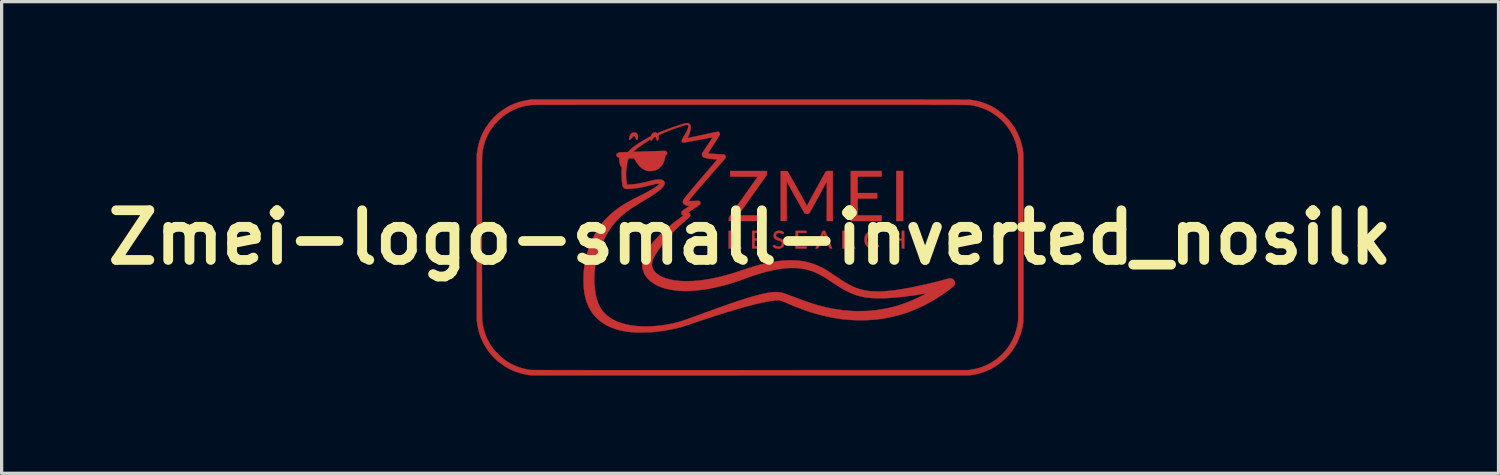
<source format=kicad_pcb>
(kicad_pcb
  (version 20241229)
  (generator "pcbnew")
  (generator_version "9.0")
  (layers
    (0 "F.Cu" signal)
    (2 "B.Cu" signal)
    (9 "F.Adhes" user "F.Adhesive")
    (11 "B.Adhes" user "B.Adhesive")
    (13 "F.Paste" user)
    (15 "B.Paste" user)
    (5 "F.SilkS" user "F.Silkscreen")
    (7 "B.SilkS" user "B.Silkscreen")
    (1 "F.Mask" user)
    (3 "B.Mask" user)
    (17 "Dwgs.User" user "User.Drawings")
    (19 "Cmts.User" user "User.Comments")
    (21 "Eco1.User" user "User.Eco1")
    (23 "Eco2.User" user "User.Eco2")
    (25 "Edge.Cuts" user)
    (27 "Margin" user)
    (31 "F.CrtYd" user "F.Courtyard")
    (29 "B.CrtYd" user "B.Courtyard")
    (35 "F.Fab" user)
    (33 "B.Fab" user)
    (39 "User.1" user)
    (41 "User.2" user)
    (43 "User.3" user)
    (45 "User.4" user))
  (footprint "Zmei-logo-small-inverted_nosilk"
    (layer "F.Cu")
    (at 19.964 4.236)
    (property "Reference" "Zmei-logo-small-inverted_nosilk" (at 0 0 0) (layer "F.SilkS") (effects (font (size 1.524 1.524) (thickness 0.3))))
    (attr through_hole)
    (fp_poly (pts (xy 4.699 -0.504) (xy 4.487 -0.504) (xy 4.487 -2.04) (xy 4.699 -2.04) (xy 4.699 -0.504)) (stroke (width 0.01) (type solid)) (fill yes) (layer "F.Cu"))
    (fp_poly (pts (xy 0.398 -0.14) (xy 0.14 -0.14) (xy 0.14 0.034) (xy 0.347 0.034) (xy 0.347 0.097) (xy 0.14 0.097) (xy 0.14 0.275) (xy 0.398 0.275) (xy 0.398 0.339) (xy 0.064 0.339) (xy 0.064 -0.203) (xy 0.398 -0.203) (xy 0.398 -0.14)) (stroke (width 0.01) (type solid)) (fill yes) (layer "F.Cu"))
    (fp_poly (pts (xy 1.731 -0.14) (xy 1.473 -0.14) (xy 1.473 0.034) (xy 1.685 0.034) (xy 1.685 0.097) (xy 1.473 0.097) (xy 1.473 0.275) (xy 1.731 0.275) (xy 1.731 0.339) (xy 1.397 0.339) (xy 1.397 -0.203) (xy 1.731 -0.203) (xy 1.731 -0.14)) (stroke (width 0.01) (type solid)) (fill yes) (layer "F.Cu"))
    (fp_poly (pts (xy 4.039 -1.867) (xy 3.302 -1.867) (xy 3.302 -1.363) (xy 3.899 -1.363) (xy 3.899 -1.194) (xy 3.302 -1.194) (xy 3.302 -0.677) (xy 4.039 -0.677) (xy 4.039 -0.504) (xy 3.09 -0.504) (xy 3.09 -2.04) (xy 4.039 -2.04) (xy 4.039 -1.867)) (stroke (width 0.01) (type solid)) (fill yes) (layer "F.Cu"))
    (fp_poly (pts (xy 4.369 0.038) (xy 4.657 0.038) (xy 4.657 -0.203) (xy 4.733 -0.203) (xy 4.733 0.339) (xy 4.657 0.339) (xy 4.657 0.093) (xy 4.369 0.093) (xy 4.369 0.339) (xy 4.293 0.339) (xy 4.293 -0.203) (xy 4.369 -0.203) (xy 4.369 0.038)) (stroke (width 0.01) (type solid)) (fill yes) (layer "F.Cu"))
    (fp_poly (pts (xy -3.538 -3.223) (xy -3.515 -3.219) (xy -3.503 -3.214) (xy -3.48 -3.198) (xy -3.461 -3.175) (xy -3.447 -3.149) (xy -3.446 -3.148) (xy -3.441 -3.127) (xy -3.438 -3.103) (xy -3.438 -3.079) (xy -3.44 -3.055) (xy -3.444 -3.033) (xy -3.451 -3.015) (xy -3.459 -3.001) (xy -3.468 -2.994) (xy -3.473 -2.993) (xy -3.479 -2.993) (xy -3.484 -2.996) (xy -3.488 -3.001) (xy -3.493 -3.01) (xy -3.5 -3.026) (xy -3.507 -3.044) (xy -3.52 -3.073) (xy -3.531 -3.094) (xy -3.54 -3.107) (xy -3.549 -3.115) (xy -3.554 -3.116) (xy -3.563 -3.114) (xy -3.574 -3.108) (xy -3.587 -3.097) (xy -3.604 -3.081) (xy -3.625 -3.059) (xy -3.637 -3.045) (xy -3.657 -3.023) (xy -3.673 -3.007) (xy -3.685 -2.997) (xy -3.695 -2.993) (xy -3.702 -2.994) (xy -3.707 -2.999) (xy -3.708 -3.001) (xy -3.711 -3.013) (xy -3.711 -3.03) (xy -3.708 -3.052) (xy -3.703 -3.076) (xy -3.697 -3.095) (xy -3.682 -3.133) (xy -3.661 -3.167) (xy -3.635 -3.194) (xy -3.606 -3.214) (xy -3.586 -3.221) (xy -3.563 -3.224) (xy -3.538 -3.223)) (stroke (width 0.01) (type solid)) (fill yes) (layer "F.Cu"))
    (fp_poly (pts (xy 0.516 -1.982) (xy 0.515 -1.958) (xy 0.514 -1.94) (xy 0.512 -1.927) (xy 0.51 -1.917) (xy 0.506 -1.909) (xy 0.505 -1.907) (xy 0.502 -1.902) (xy 0.494 -1.89) (xy 0.481 -1.872) (xy 0.464 -1.849) (xy 0.444 -1.819) (xy 0.42 -1.785) (xy 0.392 -1.746) (xy 0.362 -1.703) (xy 0.328 -1.655) (xy 0.292 -1.605) (xy 0.253 -1.55) (xy 0.213 -1.493) (xy 0.17 -1.433) (xy 0.126 -1.371) (xy 0.081 -1.308) (xy 0.064 -1.285) (xy -0.367 -0.679) (xy 0.068 -0.678) (xy 0.504 -0.677) (xy 0.504 -0.504) (xy -0.653 -0.504) (xy -0.651 -0.556) (xy -0.649 -0.585) (xy -0.647 -0.606) (xy -0.643 -0.622) (xy -0.642 -0.624) (xy -0.639 -0.63) (xy -0.631 -0.641) (xy -0.619 -0.659) (xy -0.602 -0.683) (xy -0.582 -0.712) (xy -0.558 -0.746) (xy -0.531 -0.785) (xy -0.5 -0.829) (xy -0.467 -0.876) (xy -0.431 -0.927) (xy -0.392 -0.982) (xy -0.352 -1.039) (xy -0.309 -1.099) (xy -0.265 -1.161) (xy -0.219 -1.225) (xy -0.199 -1.253) (xy 0.236 -1.865) (xy -0.187 -1.866) (xy -0.61 -1.867) (xy -0.61 -2.04) (xy 0.517 -2.04) (xy 0.516 -1.982)) (stroke (width 0.01) (type solid)) (fill yes) (layer "F.Cu"))
    (fp_poly (pts (xy 3.808 -0.207) (xy 3.843 -0.201) (xy 3.868 -0.193) (xy 3.894 -0.182) (xy 3.919 -0.168) (xy 3.94 -0.154) (xy 3.943 -0.151) (xy 3.958 -0.138) (xy 3.942 -0.116) (xy 3.933 -0.105) (xy 3.924 -0.097) (xy 3.919 -0.094) (xy 3.912 -0.095) (xy 3.9 -0.1) (xy 3.886 -0.108) (xy 3.883 -0.109) (xy 3.851 -0.126) (xy 3.82 -0.136) (xy 3.786 -0.14) (xy 3.776 -0.14) (xy 3.736 -0.136) (xy 3.699 -0.125) (xy 3.668 -0.107) (xy 3.641 -0.082) (xy 3.619 -0.05) (xy 3.601 -0.012) (xy 3.6 -0.008) (xy 3.595 0.013) (xy 3.592 0.04) (xy 3.591 0.07) (xy 3.593 0.1) (xy 3.596 0.128) (xy 3.602 0.149) (xy 3.619 0.187) (xy 3.641 0.219) (xy 3.669 0.244) (xy 3.701 0.263) (xy 3.737 0.274) (xy 3.776 0.278) (xy 3.807 0.276) (xy 3.837 0.27) (xy 3.861 0.261) (xy 3.884 0.248) (xy 3.896 0.24) (xy 3.908 0.231) (xy 3.918 0.226) (xy 3.923 0.224) (xy 3.93 0.227) (xy 3.94 0.235) (xy 3.95 0.243) (xy 3.968 0.262) (xy 3.95 0.279) (xy 3.919 0.304) (xy 3.886 0.323) (xy 3.85 0.335) (xy 3.808 0.342) (xy 3.804 0.343) (xy 3.787 0.345) (xy 3.773 0.346) (xy 3.765 0.347) (xy 3.763 0.347) (xy 3.758 0.346) (xy 3.747 0.344) (xy 3.733 0.343) (xy 3.733 0.343) (xy 3.687 0.334) (xy 3.646 0.317) (xy 3.61 0.294) (xy 3.579 0.265) (xy 3.553 0.23) (xy 3.533 0.189) (xy 3.519 0.143) (xy 3.513 0.11) (xy 3.511 0.061) (xy 3.516 0.013) (xy 3.526 -0.033) (xy 3.543 -0.075) (xy 3.549 -0.085) (xy 3.564 -0.106) (xy 3.584 -0.129) (xy 3.607 -0.151) (xy 3.63 -0.169) (xy 3.644 -0.177) (xy 3.68 -0.192) (xy 3.722 -0.202) (xy 3.765 -0.207) (xy 3.808 -0.207)) (stroke (width 0.01) (type solid)) (fill yes) (layer "F.Cu"))
    (fp_poly (pts (xy 2.941 -0.202) (xy 2.978 -0.201) (xy 3.008 -0.2) (xy 3.032 -0.199) (xy 3.052 -0.197) (xy 3.068 -0.194) (xy 3.082 -0.19) (xy 3.095 -0.185) (xy 3.109 -0.179) (xy 3.116 -0.175) (xy 3.138 -0.16) (xy 3.157 -0.14) (xy 3.172 -0.117) (xy 3.176 -0.106) (xy 3.182 -0.08) (xy 3.183 -0.051) (xy 3.181 -0.022) (xy 3.176 0.003) (xy 3.175 0.006) (xy 3.16 0.034) (xy 3.138 0.058) (xy 3.111 0.079) (xy 3.078 0.095) (xy 3.068 0.099) (xy 3.064 0.101) (xy 3.064 0.105) (xy 3.069 0.113) (xy 3.073 0.117) (xy 3.079 0.125) (xy 3.089 0.138) (xy 3.102 0.156) (xy 3.118 0.178) (xy 3.136 0.203) (xy 3.156 0.229) (xy 3.16 0.235) (xy 3.235 0.337) (xy 3.197 0.338) (xy 3.179 0.338) (xy 3.164 0.338) (xy 3.154 0.337) (xy 3.152 0.337) (xy 3.147 0.333) (xy 3.138 0.323) (xy 3.125 0.307) (xy 3.108 0.286) (xy 3.089 0.26) (xy 3.068 0.231) (xy 3.068 0.231) (xy 3.049 0.205) (xy 3.03 0.18) (xy 3.014 0.159) (xy 3.001 0.141) (xy 2.991 0.129) (xy 2.984 0.122) (xy 2.983 0.121) (xy 2.973 0.117) (xy 2.955 0.115) (xy 2.941 0.114) (xy 2.908 0.114) (xy 2.908 0.339) (xy 2.832 0.339) (xy 2.832 -0.14) (xy 2.908 -0.14) (xy 2.908 0.06) (xy 2.964 0.058) (xy 2.994 0.056) (xy 3.018 0.054) (xy 3.035 0.05) (xy 3.039 0.049) (xy 3.066 0.035) (xy 3.087 0.016) (xy 3.102 -0.007) (xy 3.109 -0.034) (xy 3.108 -0.063) (xy 3.107 -0.069) (xy 3.101 -0.086) (xy 3.092 -0.101) (xy 3.084 -0.109) (xy 3.071 -0.12) (xy 3.057 -0.128) (xy 3.039 -0.134) (xy 3.018 -0.138) (xy 2.99 -0.139) (xy 2.965 -0.14) (xy 2.908 -0.14) (xy 2.832 -0.14) (xy 2.832 -0.204) (xy 2.941 -0.202)) (stroke (width 0.01) (type solid)) (fill yes) (layer "F.Cu"))
    (fp_poly (pts (xy 2.411 0.068) (xy 2.429 0.113) (xy 2.447 0.156) (xy 2.462 0.196) (xy 2.477 0.232) (xy 2.49 0.264) (xy 2.5 0.291) (xy 2.509 0.312) (xy 2.515 0.328) (xy 2.518 0.336) (xy 2.519 0.338) (xy 2.515 0.339) (xy 2.505 0.339) (xy 2.491 0.339) (xy 2.476 0.338) (xy 2.461 0.337) (xy 2.449 0.335) (xy 2.442 0.334) (xy 2.442 0.333) (xy 2.438 0.328) (xy 2.432 0.316) (xy 2.424 0.298) (xy 2.416 0.278) (xy 2.408 0.259) (xy 2.382 0.19) (xy 2.264 0.191) (xy 2.146 0.193) (xy 2.12 0.258) (xy 2.111 0.281) (xy 2.103 0.301) (xy 2.096 0.317) (xy 2.09 0.328) (xy 2.088 0.331) (xy 2.083 0.335) (xy 2.075 0.337) (xy 2.061 0.338) (xy 2.046 0.339) (xy 2.029 0.338) (xy 2.018 0.338) (xy 2.013 0.336) (xy 2.012 0.333) (xy 2.013 0.331) (xy 2.015 0.326) (xy 2.019 0.314) (xy 2.027 0.295) (xy 2.037 0.27) (xy 2.049 0.24) (xy 2.062 0.206) (xy 2.077 0.168) (xy 2.09 0.135) (xy 2.168 0.135) (xy 2.263 0.135) (xy 2.291 0.135) (xy 2.316 0.135) (xy 2.336 0.134) (xy 2.35 0.133) (xy 2.357 0.132) (xy 2.358 0.132) (xy 2.356 0.127) (xy 2.352 0.115) (xy 2.346 0.098) (xy 2.337 0.075) (xy 2.328 0.049) (xy 2.316 0.02) (xy 2.314 0.013) (xy 2.302 -0.017) (xy 2.292 -0.044) (xy 2.283 -0.068) (xy 2.276 -0.087) (xy 2.271 -0.1) (xy 2.269 -0.108) (xy 2.269 -0.108) (xy 2.267 -0.114) (xy 2.265 -0.114) (xy 2.261 -0.111) (xy 2.261 -0.11) (xy 2.259 -0.105) (xy 2.255 -0.094) (xy 2.249 -0.076) (xy 2.241 -0.054) (xy 2.231 -0.029) (xy 2.221 -0.002) (xy 2.21 0.027) (xy 2.199 0.056) (xy 2.188 0.084) (xy 2.178 0.11) (xy 2.176 0.113) (xy 2.168 0.135) (xy 2.09 0.135) (xy 2.094 0.126) (xy 2.112 0.083) (xy 2.12 0.061) (xy 2.225 -0.201) (xy 2.304 -0.201) (xy 2.411 0.068)) (stroke (width 0.01) (type solid)) (fill yes) (layer "F.Cu"))
    (fp_poly (pts (xy -0.547 -0.202) (xy -0.509 -0.201) (xy -0.478 -0.2) (xy -0.454 -0.199) (xy -0.436 -0.197) (xy -0.422 -0.195) (xy -0.416 -0.194) (xy -0.381 -0.181) (xy -0.353 -0.164) (xy -0.331 -0.143) (xy -0.315 -0.117) (xy -0.314 -0.115) (xy -0.306 -0.091) (xy -0.303 -0.062) (xy -0.303 -0.033) (xy -0.308 -0.005) (xy -0.311 0.003) (xy -0.324 0.029) (xy -0.344 0.054) (xy -0.37 0.075) (xy -0.395 0.089) (xy -0.411 0.097) (xy -0.42 0.102) (xy -0.423 0.106) (xy -0.423 0.109) (xy -0.421 0.11) (xy -0.417 0.114) (xy -0.409 0.125) (xy -0.398 0.14) (xy -0.384 0.158) (xy -0.368 0.18) (xy -0.351 0.203) (xy -0.333 0.227) (xy -0.315 0.251) (xy -0.298 0.274) (xy -0.283 0.294) (xy -0.271 0.312) (xy -0.261 0.326) (xy -0.255 0.334) (xy -0.254 0.336) (xy -0.258 0.337) (xy -0.269 0.338) (xy -0.284 0.339) (xy -0.296 0.339) (xy -0.315 0.338) (xy -0.328 0.338) (xy -0.336 0.336) (xy -0.342 0.333) (xy -0.346 0.329) (xy -0.351 0.323) (xy -0.36 0.312) (xy -0.372 0.295) (xy -0.387 0.274) (xy -0.404 0.251) (xy -0.423 0.225) (xy -0.425 0.222) (xy -0.444 0.197) (xy -0.461 0.174) (xy -0.477 0.153) (xy -0.49 0.137) (xy -0.499 0.126) (xy -0.505 0.12) (xy -0.505 0.12) (xy -0.514 0.117) (xy -0.528 0.115) (xy -0.545 0.114) (xy -0.547 0.114) (xy -0.58 0.114) (xy -0.58 0.339) (xy -0.656 0.339) (xy -0.656 -0.14) (xy -0.58 -0.14) (xy -0.58 0.059) (xy -0.538 0.059) (xy -0.517 0.059) (xy -0.495 0.057) (xy -0.477 0.056) (xy -0.472 0.055) (xy -0.44 0.046) (xy -0.414 0.032) (xy -0.395 0.013) (xy -0.384 -0.011) (xy -0.379 -0.04) (xy -0.379 -0.044) (xy -0.381 -0.071) (xy -0.388 -0.093) (xy -0.401 -0.11) (xy -0.419 -0.123) (xy -0.443 -0.132) (xy -0.475 -0.137) (xy -0.514 -0.14) (xy -0.524 -0.14) (xy -0.58 -0.14) (xy -0.656 -0.14) (xy -0.656 -0.204) (xy -0.547 -0.202)) (stroke (width 0.01) (type solid)) (fill yes) (layer "F.Cu"))
    (fp_poly (pts (xy 0.922 -0.206) (xy 0.94 -0.204) (xy 0.964 -0.197) (xy 0.988 -0.187) (xy 1.011 -0.175) (xy 1.028 -0.163) (xy 1.041 -0.152) (xy 1.031 -0.131) (xy 1.021 -0.115) (xy 1.012 -0.106) (xy 1.001 -0.104) (xy 0.986 -0.109) (xy 0.975 -0.116) (xy 0.941 -0.133) (xy 0.909 -0.142) (xy 0.879 -0.143) (xy 0.85 -0.137) (xy 0.829 -0.126) (xy 0.811 -0.11) (xy 0.8 -0.09) (xy 0.796 -0.067) (xy 0.796 -0.063) (xy 0.796 -0.048) (xy 0.799 -0.037) (xy 0.805 -0.028) (xy 0.809 -0.023) (xy 0.818 -0.014) (xy 0.828 -0.007) (xy 0.841 0.001) (xy 0.858 0.008) (xy 0.88 0.017) (xy 0.905 0.026) (xy 0.942 0.04) (xy 0.972 0.053) (xy 0.995 0.066) (xy 1.013 0.08) (xy 1.027 0.095) (xy 1.038 0.112) (xy 1.04 0.116) (xy 1.046 0.137) (xy 1.05 0.163) (xy 1.049 0.191) (xy 1.046 0.219) (xy 1.043 0.229) (xy 1.03 0.262) (xy 1.01 0.29) (xy 0.984 0.312) (xy 0.953 0.329) (xy 0.917 0.34) (xy 0.877 0.345) (xy 0.835 0.342) (xy 0.816 0.339) (xy 0.797 0.335) (xy 0.787 0.332) (xy 0.77 0.325) (xy 0.75 0.314) (xy 0.73 0.301) (xy 0.714 0.288) (xy 0.708 0.283) (xy 0.698 0.272) (xy 0.711 0.25) (xy 0.722 0.236) (xy 0.733 0.229) (xy 0.745 0.229) (xy 0.76 0.236) (xy 0.771 0.244) (xy 0.801 0.262) (xy 0.832 0.274) (xy 0.864 0.279) (xy 0.894 0.278) (xy 0.921 0.271) (xy 0.945 0.257) (xy 0.952 0.25) (xy 0.966 0.232) (xy 0.974 0.209) (xy 0.978 0.186) (xy 0.975 0.164) (xy 0.968 0.146) (xy 0.955 0.132) (xy 0.934 0.119) (xy 0.906 0.106) (xy 0.878 0.097) (xy 0.836 0.083) (xy 0.801 0.068) (xy 0.774 0.051) (xy 0.753 0.033) (xy 0.738 0.013) (xy 0.728 -0.011) (xy 0.724 -0.039) (xy 0.723 -0.059) (xy 0.724 -0.08) (xy 0.727 -0.096) (xy 0.732 -0.113) (xy 0.735 -0.118) (xy 0.751 -0.145) (xy 0.773 -0.169) (xy 0.8 -0.187) (xy 0.816 -0.195) (xy 0.838 -0.201) (xy 0.865 -0.205) (xy 0.894 -0.207) (xy 0.922 -0.206)) (stroke (width 0.01) (type solid)) (fill yes) (layer "F.Cu"))
    (fp_poly (pts (xy 1.056 -2.04) (xy 1.081 -2.04) (xy 1.102 -2.039) (xy 1.119 -2.039) (xy 1.129 -2.038) (xy 1.13 -2.038) (xy 1.142 -2.033) (xy 1.154 -2.024) (xy 1.154 -2.024) (xy 1.158 -2.018) (xy 1.165 -2.006) (xy 1.176 -1.987) (xy 1.191 -1.963) (xy 1.208 -1.933) (xy 1.228 -1.898) (xy 1.25 -1.859) (xy 1.274 -1.817) (xy 1.3 -1.771) (xy 1.327 -1.722) (xy 1.356 -1.672) (xy 1.385 -1.62) (xy 1.415 -1.566) (xy 1.445 -1.513) (xy 1.475 -1.459) (xy 1.505 -1.406) (xy 1.534 -1.353) (xy 1.562 -1.303) (xy 1.589 -1.254) (xy 1.614 -1.208) (xy 1.637 -1.166) (xy 1.659 -1.127) (xy 1.678 -1.092) (xy 1.694 -1.062) (xy 1.707 -1.037) (xy 1.717 -1.018) (xy 1.724 -1.006) (xy 1.726 -1.001) (xy 1.733 -0.984) (xy 1.739 -0.971) (xy 1.743 -0.963) (xy 1.744 -0.961) (xy 1.747 -0.965) (xy 1.751 -0.975) (xy 1.758 -0.989) (xy 1.762 -1) (xy 1.766 -1.009) (xy 1.774 -1.024) (xy 1.785 -1.046) (xy 1.8 -1.074) (xy 1.818 -1.107) (xy 1.839 -1.145) (xy 1.862 -1.188) (xy 1.887 -1.235) (xy 1.915 -1.286) (xy 1.944 -1.34) (xy 1.975 -1.396) (xy 2.007 -1.454) (xy 2.04 -1.515) (xy 2.05 -1.532) (xy 2.089 -1.603) (xy 2.125 -1.667) (xy 2.156 -1.724) (xy 2.184 -1.775) (xy 2.209 -1.82) (xy 2.231 -1.859) (xy 2.25 -1.894) (xy 2.267 -1.923) (xy 2.281 -1.948) (xy 2.293 -1.969) (xy 2.303 -1.986) (xy 2.311 -2) (xy 2.318 -2.01) (xy 2.324 -2.019) (xy 2.328 -2.025) (xy 2.332 -2.029) (xy 2.334 -2.031) (xy 2.337 -2.033) (xy 2.337 -2.033) (xy 2.343 -2.036) (xy 2.35 -2.037) (xy 2.36 -2.039) (xy 2.374 -2.04) (xy 2.393 -2.04) (xy 2.418 -2.04) (xy 2.446 -2.04) (xy 2.54 -2.04) (xy 2.54 -0.504) (xy 2.354 -0.504) (xy 2.355 -1.109) (xy 2.355 -1.18) (xy 2.355 -1.248) (xy 2.355 -1.314) (xy 2.355 -1.376) (xy 2.355 -1.434) (xy 2.355 -1.488) (xy 2.355 -1.538) (xy 2.355 -1.582) (xy 2.354 -1.62) (xy 2.354 -1.653) (xy 2.354 -1.678) (xy 2.354 -1.697) (xy 2.354 -1.708) (xy 2.353 -1.711) (xy 2.351 -1.707) (xy 2.345 -1.696) (xy 2.335 -1.679) (xy 2.322 -1.655) (xy 2.306 -1.626) (xy 2.287 -1.591) (xy 2.265 -1.552) (xy 2.241 -1.508) (xy 2.215 -1.461) (xy 2.187 -1.41) (xy 2.158 -1.356) (xy 2.127 -1.3) (xy 2.095 -1.241) (xy 2.091 -1.234) (xy 2.058 -1.175) (xy 2.027 -1.118) (xy 1.997 -1.063) (xy 1.968 -1.011) (xy 1.941 -0.963) (xy 1.916 -0.918) (xy 1.894 -0.877) (xy 1.873 -0.841) (xy 1.856 -0.81) (xy 1.842 -0.785) (xy 1.83 -0.765) (xy 1.823 -0.752) (xy 1.819 -0.746) (xy 1.819 -0.746) (xy 1.808 -0.736) (xy 1.794 -0.729) (xy 1.776 -0.725) (xy 1.752 -0.724) (xy 1.735 -0.725) (xy 1.715 -0.725) (xy 1.702 -0.727) (xy 1.693 -0.729) (xy 1.686 -0.733) (xy 1.679 -0.739) (xy 1.675 -0.742) (xy 1.671 -0.748) (xy 1.665 -0.757) (xy 1.657 -0.77) (xy 1.647 -0.786) (xy 1.635 -0.807) (xy 1.62 -0.832) (xy 1.603 -0.862) (xy 1.583 -0.897) (xy 1.56 -0.937) (xy 1.534 -0.983) (xy 1.505 -1.036) (xy 1.472 -1.095) (xy 1.435 -1.16) (xy 1.399 -1.226) (xy 1.366 -1.284) (xy 1.334 -1.341) (xy 1.304 -1.396) (xy 1.275 -1.447) (xy 1.248 -1.495) (xy 1.223 -1.54) (xy 1.201 -1.58) (xy 1.181 -1.616) (xy 1.164 -1.646) (xy 1.15 -1.671) (xy 1.139 -1.69) (xy 1.132 -1.703) (xy 1.129 -1.709) (xy 1.129 -1.709) (xy 1.128 -1.709) (xy 1.128 -1.704) (xy 1.127 -1.695) (xy 1.127 -1.682) (xy 1.126 -1.664) (xy 1.126 -1.641) (xy 1.125 -1.612) (xy 1.125 -1.577) (xy 1.125 -1.536) (xy 1.125 -1.489) (xy 1.125 -1.435) (xy 1.125 -1.374) (xy 1.125 -1.305) (xy 1.125 -1.229) (xy 1.125 -1.144) (xy 1.125 -1.111) (xy 1.126 -0.504) (xy 0.94 -0.504) (xy 0.94 -2.04) (xy 1.028 -2.04) (xy 1.056 -2.04)) (stroke (width 0.01) (type solid)) (fill yes) (layer "F.Cu"))
    (fp_poly (pts (xy 0.567 -4.231) (xy 0.839 -4.231) (xy 1.102 -4.231) (xy 1.357 -4.231) (xy 1.605 -4.231) (xy 1.844 -4.231) (xy 2.077 -4.231) (xy 2.301 -4.231) (xy 2.519 -4.231) (xy 2.729 -4.231) (xy 2.931 -4.231) (xy 3.127 -4.231) (xy 3.317 -4.231) (xy 3.499 -4.231) (xy 3.675 -4.231) (xy 3.844 -4.231) (xy 4.007 -4.231) (xy 4.163 -4.231) (xy 4.314 -4.231) (xy 4.459 -4.231) (xy 4.597 -4.231) (xy 4.73 -4.231) (xy 4.858 -4.231) (xy 4.979 -4.231) (xy 5.096 -4.231) (xy 5.207 -4.231) (xy 5.313 -4.231) (xy 5.414 -4.23) (xy 5.51 -4.23) (xy 5.602 -4.23) (xy 5.688 -4.23) (xy 5.771 -4.23) (xy 5.849 -4.23) (xy 5.922 -4.23) (xy 5.992 -4.23) (xy 6.057 -4.23) (xy 6.119 -4.23) (xy 6.177 -4.23) (xy 6.231 -4.229) (xy 6.281 -4.229) (xy 6.329 -4.229) (xy 6.373 -4.229) (xy 6.414 -4.229) (xy 6.451 -4.229) (xy 6.486 -4.229) (xy 6.518 -4.228) (xy 6.548 -4.228) (xy 6.575 -4.228) (xy 6.599 -4.228) (xy 6.622 -4.228) (xy 6.642 -4.227) (xy 6.66 -4.227) (xy 6.676 -4.227) (xy 6.69 -4.227) (xy 6.703 -4.226) (xy 6.714 -4.226) (xy 6.724 -4.226) (xy 6.733 -4.226) (xy 6.74 -4.225) (xy 6.746 -4.225) (xy 6.751 -4.225) (xy 6.756 -4.225) (xy 6.76 -4.224) (xy 6.763 -4.224) (xy 6.766 -4.224) (xy 6.767 -4.223) (xy 6.894 -4.203) (xy 7.017 -4.175) (xy 7.136 -4.14) (xy 7.251 -4.097) (xy 7.363 -4.047) (xy 7.471 -3.989) (xy 7.576 -3.923) (xy 7.678 -3.849) (xy 7.733 -3.805) (xy 7.769 -3.774) (xy 7.808 -3.738) (xy 7.848 -3.699) (xy 7.887 -3.659) (xy 7.923 -3.621) (xy 7.945 -3.597) (xy 8.024 -3.498) (xy 8.095 -3.396) (xy 8.159 -3.29) (xy 8.216 -3.181) (xy 8.265 -3.067) (xy 8.306 -2.95) (xy 8.339 -2.829) (xy 8.365 -2.705) (xy 8.381 -2.603) (xy 8.381 -2.599) (xy 8.382 -2.594) (xy 8.382 -2.589) (xy 8.383 -2.582) (xy 8.383 -2.575) (xy 8.383 -2.566) (xy 8.384 -2.556) (xy 8.384 -2.545) (xy 8.385 -2.531) (xy 8.385 -2.516) (xy 8.385 -2.498) (xy 8.386 -2.477) (xy 8.386 -2.455) (xy 8.386 -2.429) (xy 8.386 -2.4) (xy 8.387 -2.368) (xy 8.387 -2.332) (xy 8.387 -2.293) (xy 8.387 -2.25) (xy 8.387 -2.203) (xy 8.387 -2.151) (xy 8.388 -2.095) (xy 8.388 -2.034) (xy 8.388 -1.969) (xy 8.388 -1.898) (xy 8.388 -1.822) (xy 8.388 -1.74) (xy 8.388 -1.653) (xy 8.388 -1.56) (xy 8.388 -1.461) (xy 8.388 -1.355) (xy 8.388 -1.243) (xy 8.388 -1.124) (xy 8.388 -0.998) (xy 8.388 -0.865) (xy 8.388 -0.725) (xy 8.388 -0.577) (xy 8.388 -0.421) (xy 8.388 -0.258) (xy 8.388 -0.086) (xy 8.388 0) (xy 8.388 0.176) (xy 8.388 0.343) (xy 8.388 0.503) (xy 8.388 0.654) (xy 8.388 0.798) (xy 8.388 0.935) (xy 8.388 1.064) (xy 8.388 1.186) (xy 8.388 1.302) (xy 8.388 1.41) (xy 8.388 1.513) (xy 8.388 1.609) (xy 8.388 1.699) (xy 8.388 1.783) (xy 8.388 1.862) (xy 8.388 1.935) (xy 8.388 2.003) (xy 8.388 2.066) (xy 8.387 2.125) (xy 8.387 2.178) (xy 8.387 2.228) (xy 8.387 2.273) (xy 8.387 2.314) (xy 8.387 2.351) (xy 8.386 2.385) (xy 8.386 2.415) (xy 8.386 2.442) (xy 8.386 2.467) (xy 8.385 2.488) (xy 8.385 2.507) (xy 8.385 2.524) (xy 8.384 2.538) (xy 8.384 2.551) (xy 8.384 2.562) (xy 8.383 2.571) (xy 8.383 2.579) (xy 8.382 2.586) (xy 8.382 2.592) (xy 8.381 2.597) (xy 8.381 2.601) (xy 8.381 2.603) (xy 8.361 2.73) (xy 8.333 2.854) (xy 8.298 2.974) (xy 8.255 3.091) (xy 8.205 3.203) (xy 8.147 3.312) (xy 8.083 3.416) (xy 8.011 3.516) (xy 7.932 3.611) (xy 7.847 3.701) (xy 7.755 3.786) (xy 7.656 3.866) (xy 7.647 3.873) (xy 7.547 3.943) (xy 7.443 4.005) (xy 7.336 4.06) (xy 7.224 4.108) (xy 7.108 4.148) (xy 6.988 4.182) (xy 6.862 4.209) (xy 6.784 4.222) (xy 6.72 4.231) (xy 0.023 4.231) (xy -0.215 4.231) (xy -0.451 4.232) (xy -0.685 4.232) (xy -0.917 4.232) (xy -1.146 4.232) (xy -1.373 4.232) (xy -1.597 4.232) (xy -1.818 4.232) (xy -2.037 4.232) (xy -2.252 4.232) (xy -2.463 4.232) (xy -2.672 4.232) (xy -2.876 4.232) (xy -3.077 4.232) (xy -3.275 4.232) (xy -3.468 4.231) (xy -3.657 4.231) (xy -3.841 4.231) (xy -4.022 4.231) (xy -4.197 4.231) (xy -4.368 4.231) (xy -4.535 4.231) (xy -4.696 4.231) (xy -4.852 4.231) (xy -5.002 4.231) (xy -5.148 4.231) (xy -5.287 4.231) (xy -5.421 4.231) (xy -5.549 4.231) (xy -5.671 4.231) (xy -5.787 4.231) (xy -5.897 4.231) (xy -6 4.231) (xy -6.097 4.231) (xy -6.186 4.231) (xy -6.269 4.231) (xy -6.345 4.231) (xy -6.414 4.231) (xy -6.476 4.231) (xy -6.53 4.231) (xy -6.576 4.231) (xy -6.615 4.231) (xy -6.646 4.231) (xy -6.669 4.231) (xy -6.684 4.231) (xy -6.69 4.23) (xy -6.691 4.23) (xy -6.816 4.216) (xy -6.936 4.194) (xy -7.053 4.165) (xy -7.166 4.128) (xy -7.277 4.084) (xy -7.352 4.05) (xy -7.39 4.031) (xy -7.422 4.014) (xy -7.451 3.998) (xy -7.479 3.982) (xy -7.507 3.965) (xy -7.539 3.945) (xy -7.567 3.926) (xy -7.668 3.854) (xy -7.764 3.776) (xy -7.854 3.691) (xy -7.938 3.6) (xy -8.016 3.504) (xy -8.079 3.414) (xy -8.102 3.379) (xy -8.122 3.348) (xy -8.139 3.32) (xy -8.155 3.292) (xy -8.17 3.263) (xy -8.187 3.23) (xy -8.203 3.199) (xy -8.247 3.102) (xy -8.285 3.005) (xy -8.317 2.905) (xy -8.343 2.802) (xy -8.364 2.694) (xy -8.374 2.625) (xy -8.384 2.555) (xy -8.384 -0.021) (xy -8.226 -0.021) (xy -8.226 0.107) (xy -8.226 0.236) (xy -8.226 0.363) (xy -8.226 0.49) (xy -8.226 0.616) (xy -8.226 0.741) (xy -8.226 0.863) (xy -8.226 0.984) (xy -8.226 1.102) (xy -8.225 1.218) (xy -8.225 1.331) (xy -8.225 1.441) (xy -8.225 1.548) (xy -8.225 1.651) (xy -8.224 1.749) (xy -8.224 1.844) (xy -8.224 1.933) (xy -8.224 2.018) (xy -8.223 2.098) (xy -8.223 2.172) (xy -8.223 2.241) (xy -8.222 2.303) (xy -8.222 2.36) (xy -8.221 2.409) (xy -8.221 2.452) (xy -8.221 2.487) (xy -8.22 2.515) (xy -8.22 2.535) (xy -8.219 2.547) (xy -8.219 2.549) (xy -8.203 2.668) (xy -8.18 2.785) (xy -8.148 2.899) (xy -8.109 3.01) (xy -8.061 3.119) (xy -8.006 3.224) (xy -7.942 3.326) (xy -7.936 3.335) (xy -7.891 3.399) (xy -7.842 3.46) (xy -7.789 3.52) (xy -7.732 3.579) (xy -7.646 3.661) (xy -7.556 3.734) (xy -7.463 3.8) (xy -7.365 3.86) (xy -7.262 3.913) (xy -7.19 3.945) (xy -7.088 3.983) (xy -6.982 4.016) (xy -6.873 4.041) (xy -6.763 4.06) (xy -6.708 4.066) (xy -6.704 4.066) (xy -6.698 4.066) (xy -6.689 4.067) (xy -6.678 4.067) (xy -6.664 4.067) (xy -6.646 4.067) (xy -6.626 4.068) (xy -6.603 4.068) (xy -6.576 4.068) (xy -6.547 4.068) (xy -6.513 4.068) (xy -6.476 4.068) (xy -6.436 4.069) (xy -6.391 4.069) (xy -6.343 4.069) (xy -6.29 4.069) (xy -6.234 4.069) (xy -6.173 4.069) (xy -6.108 4.069) (xy -6.038 4.07) (xy -5.964 4.07) (xy -5.885 4.07) (xy -5.801 4.07) (xy -5.713 4.07) (xy -5.619 4.07) (xy -5.52 4.07) (xy -5.416 4.07) (xy -5.306 4.07) (xy -5.191 4.07) (xy -5.071 4.071) (xy -4.945 4.071) (xy -4.813 4.071) (xy -4.675 4.071) (xy -4.531 4.071) (xy -4.38 4.071) (xy -4.224 4.071) (xy -4.061 4.071) (xy -3.892 4.071) (xy -3.716 4.071) (xy -3.533 4.071) (xy -3.344 4.071) (xy -3.148 4.071) (xy -2.944 4.071) (xy -2.734 4.071) (xy -2.516 4.071) (xy -2.291 4.071) (xy -2.058 4.071) (xy -1.818 4.071) (xy -1.57 4.071) (xy -1.314 4.071) (xy -1.05 4.071) (xy -0.779 4.071) (xy -0.499 4.071) (xy -0.211 4.071) (xy 0.023 4.071) (xy 6.699 4.07) (xy 6.763 4.061) (xy 6.845 4.047) (xy 6.921 4.032) (xy 6.993 4.014) (xy 7.063 3.993) (xy 7.134 3.968) (xy 7.167 3.955) (xy 7.275 3.908) (xy 7.38 3.853) (xy 7.48 3.791) (xy 7.575 3.723) (xy 7.665 3.648) (xy 7.75 3.567) (xy 7.829 3.481) (xy 7.902 3.388) (xy 7.969 3.291) (xy 8.029 3.188) (xy 8.041 3.165) (xy 8.088 3.068) (xy 8.128 2.97) (xy 8.161 2.869) (xy 8.188 2.764) (xy 8.21 2.655) (xy 8.218 2.599) (xy 8.227 2.529) (xy 8.227 -2.529) (xy 8.218 -2.599) (xy 8.197 -2.721) (xy 8.169 -2.838) (xy 8.134 -2.952) (xy 8.091 -3.061) (xy 8.041 -3.167) (xy 7.983 -3.269) (xy 7.918 -3.367) (xy 7.844 -3.462) (xy 7.835 -3.473) (xy 7.757 -3.56) (xy 7.674 -3.641) (xy 7.584 -3.715) (xy 7.49 -3.784) (xy 7.392 -3.846) (xy 7.289 -3.901) (xy 7.183 -3.949) (xy 7.074 -3.989) (xy 6.963 -4.022) (xy 6.85 -4.047) (xy 6.824 -4.051) (xy 6.819 -4.052) (xy 6.814 -4.053) (xy 6.81 -4.054) (xy 6.806 -4.055) (xy 6.802 -4.056) (xy 6.798 -4.056) (xy 6.795 -4.057) (xy 6.791 -4.058) (xy 6.787 -4.059) (xy 6.782 -4.059) (xy 6.777 -4.06) (xy 6.772 -4.061) (xy 6.765 -4.061) (xy 6.758 -4.062) (xy 6.749 -4.062) (xy 6.74 -4.063) (xy 6.729 -4.063) (xy 6.717 -4.064) (xy 6.703 -4.064) (xy 6.687 -4.065) (xy 6.67 -4.065) (xy 6.651 -4.066) (xy 6.63 -4.066) (xy 6.607 -4.067) (xy 6.581 -4.067) (xy 6.553 -4.067) (xy 6.523 -4.068) (xy 6.489 -4.068) (xy 6.454 -4.068) (xy 6.415 -4.069) (xy 6.373 -4.069) (xy 6.328 -4.069) (xy 6.28 -4.07) (xy 6.228 -4.07) (xy 6.173 -4.07) (xy 6.114 -4.07) (xy 6.052 -4.07) (xy 5.985 -4.071) (xy 5.915 -4.071) (xy 5.84 -4.071) (xy 5.762 -4.071) (xy 5.678 -4.071) (xy 5.591 -4.071) (xy 5.498 -4.072) (xy 5.401 -4.072) (xy 5.299 -4.072) (xy 5.192 -4.072) (xy 5.08 -4.072) (xy 4.963 -4.072) (xy 4.84 -4.072) (xy 4.712 -4.072) (xy 4.578 -4.072) (xy 4.438 -4.072) (xy 4.293 -4.072) (xy 4.141 -4.072) (xy 3.984 -4.072) (xy 3.82 -4.072) (xy 3.649 -4.072) (xy 3.473 -4.072) (xy 3.289 -4.072) (xy 3.099 -4.072) (xy 2.902 -4.072) (xy 2.698 -4.072) (xy 2.487 -4.072) (xy 2.269 -4.072) (xy 2.043 -4.072) (xy 1.81 -4.072) (xy 1.569 -4.072) (xy 1.32 -4.072) (xy 1.064 -4.072) (xy 0.8 -4.072) (xy 0.527 -4.072) (xy 0.246 -4.072) (xy 0.002 -4.072) (xy -0.287 -4.072) (xy -0.568 -4.072) (xy -0.84 -4.072) (xy -1.105 -4.072) (xy -1.361 -4.072) (xy -1.61 -4.072) (xy -1.851 -4.072) (xy -2.084 -4.072) (xy -2.31 -4.072) (xy -2.529 -4.072) (xy -2.74 -4.072) (xy -2.944 -4.072) (xy -3.141 -4.072) (xy -3.331 -4.072) (xy -3.514 -4.072) (xy -3.691 -4.072) (xy -3.861 -4.072) (xy -4.024 -4.072) (xy -4.182 -4.072) (xy -4.333 -4.072) (xy -4.478 -4.072) (xy -4.618 -4.072) (xy -4.751 -4.072) (xy -4.879 -4.072) (xy -5.001 -4.072) (xy -5.118 -4.072) (xy -5.229 -4.072) (xy -5.335 -4.072) (xy -5.436 -4.071) (xy -5.532 -4.071) (xy -5.623 -4.071) (xy -5.71 -4.071) (xy -5.792 -4.071) (xy -5.869 -4.071) (xy -5.942 -4.071) (xy -6.011 -4.071) (xy -6.076 -4.071) (xy -6.137 -4.071) (xy -6.193 -4.07) (xy -6.247 -4.07) (xy -6.296 -4.07) (xy -6.342 -4.07) (xy -6.384 -4.07) (xy -6.423 -4.07) (xy -6.46 -4.069) (xy -6.493 -4.069) (xy -6.523 -4.069) (xy -6.55 -4.069) (xy -6.574 -4.069) (xy -6.597 -4.069) (xy -6.616 -4.068) (xy -6.633 -4.068) (xy -6.649 -4.068) (xy -6.662 -4.068) (xy -6.673 -4.067) (xy -6.682 -4.067) (xy -6.689 -4.067) (xy -6.695 -4.067) (xy -6.7 -4.066) (xy -6.702 -4.066) (xy -6.815 -4.052) (xy -6.926 -4.03) (xy -6.961 -4.021) (xy -7.075 -3.988) (xy -7.185 -3.947) (xy -7.292 -3.898) (xy -7.396 -3.842) (xy -7.497 -3.777) (xy -7.594 -3.705) (xy -7.6 -3.701) (xy -7.63 -3.675) (xy -7.664 -3.645) (xy -7.7 -3.611) (xy -7.737 -3.574) (xy -7.773 -3.538) (xy -7.806 -3.502) (xy -7.836 -3.469) (xy -7.854 -3.447) (xy -7.927 -3.349) (xy -7.992 -3.248) (xy -8.049 -3.143) (xy -8.098 -3.036) (xy -8.14 -2.926) (xy -8.173 -2.812) (xy -8.199 -2.696) (xy -8.216 -2.578) (xy -8.219 -2.549) (xy -8.22 -2.54) (xy -8.22 -2.522) (xy -8.22 -2.497) (xy -8.221 -2.464) (xy -8.221 -2.424) (xy -8.222 -2.377) (xy -8.222 -2.323) (xy -8.222 -2.262) (xy -8.223 -2.196) (xy -8.223 -2.123) (xy -8.223 -2.045) (xy -8.224 -1.962) (xy -8.224 -1.874) (xy -8.224 -1.781) (xy -8.225 -1.684) (xy -8.225 -1.582) (xy -8.225 -1.477) (xy -8.225 -1.368) (xy -8.225 -1.256) (xy -8.226 -1.141) (xy -8.226 -1.023) (xy -8.226 -0.903) (xy -8.226 -0.781) (xy -8.226 -0.657) (xy -8.226 -0.532) (xy -8.226 -0.405) (xy -8.226 -0.278) (xy -8.226 -0.15) (xy -8.226 -0.021) (xy -8.384 -0.021) (xy -8.384 -2.555) (xy -8.374 -2.625) (xy -8.356 -2.737) (xy -8.333 -2.843) (xy -8.305 -2.944) (xy -8.271 -3.043) (xy -8.23 -3.14) (xy -8.203 -3.199) (xy -8.184 -3.237) (xy -8.167 -3.269) (xy -8.151 -3.298) (xy -8.135 -3.326) (xy -8.118 -3.354) (xy -8.098 -3.386) (xy -8.079 -3.414) (xy -8.007 -3.515) (xy -7.928 -3.611) (xy -7.844 -3.701) (xy -7.753 -3.785) (xy -7.657 -3.863) (xy -7.567 -3.926) (xy -7.532 -3.949) (xy -7.501 -3.969) (xy -7.473 -3.986) (xy -7.445 -4.002) (xy -7.416 -4.017) (xy -7.382 -4.034) (xy -7.352 -4.05) (xy -7.255 -4.094) (xy -7.158 -4.132) (xy -7.058 -4.164) (xy -6.955 -4.19) (xy -6.847 -4.211) (xy -6.778 -4.222) (xy -6.708 -4.231) (xy 0.288 -4.231) (xy 0.567 -4.231)) (stroke (width 0.01) (type solid)) (fill yes) (layer "F.Cu"))
    (fp_poly (pts (xy -1.904 -3.507) (xy -1.887 -3.503) (xy -1.866 -3.492) (xy -1.847 -3.474) (xy -1.833 -3.452) (xy -1.827 -3.437) (xy -1.822 -3.407) (xy -1.821 -3.372) (xy -1.825 -3.331) (xy -1.833 -3.285) (xy -1.845 -3.236) (xy -1.862 -3.185) (xy -1.882 -3.131) (xy -1.896 -3.099) (xy -1.904 -3.081) (xy -1.911 -3.065) (xy -1.915 -3.054) (xy -1.916 -3.049) (xy -1.916 -3.049) (xy -1.912 -3.05) (xy -1.9 -3.052) (xy -1.881 -3.056) (xy -1.855 -3.062) (xy -1.823 -3.068) (xy -1.786 -3.076) (xy -1.743 -3.085) (xy -1.697 -3.095) (xy -1.646 -3.106) (xy -1.592 -3.118) (xy -1.535 -3.13) (xy -1.492 -3.139) (xy -1.432 -3.152) (xy -1.375 -3.164) (xy -1.32 -3.176) (xy -1.267 -3.188) (xy -1.219 -3.198) (xy -1.174 -3.208) (xy -1.134 -3.216) (xy -1.1 -3.224) (xy -1.072 -3.23) (xy -1.05 -3.235) (xy -1.036 -3.238) (xy -1.031 -3.239) (xy -1.004 -3.243) (xy -0.983 -3.244) (xy -0.967 -3.24) (xy -0.952 -3.231) (xy -0.942 -3.221) (xy -0.929 -3.201) (xy -0.923 -3.179) (xy -0.926 -3.158) (xy -0.929 -3.152) (xy -0.936 -3.14) (xy -0.947 -3.122) (xy -0.961 -3.098) (xy -0.979 -3.069) (xy -0.999 -3.036) (xy -1.022 -3) (xy -1.047 -2.961) (xy -1.074 -2.919) (xy -1.102 -2.875) (xy -1.108 -2.865) (xy -1.136 -2.821) (xy -1.163 -2.779) (xy -1.188 -2.739) (xy -1.211 -2.703) (xy -1.232 -2.671) (xy -1.25 -2.643) (xy -1.265 -2.619) (xy -1.276 -2.601) (xy -1.283 -2.589) (xy -1.287 -2.583) (xy -1.287 -2.583) (xy -1.283 -2.58) (xy -1.271 -2.578) (xy -1.253 -2.575) (xy -1.229 -2.572) (xy -1.2 -2.57) (xy -1.166 -2.567) (xy -1.13 -2.564) (xy -1.092 -2.562) (xy -1.052 -2.559) (xy -1.011 -2.557) (xy -0.971 -2.555) (xy -0.932 -2.554) (xy -0.895 -2.553) (xy -0.862 -2.553) (xy -0.855 -2.553) (xy -0.826 -2.552) (xy -0.803 -2.548) (xy -0.786 -2.541) (xy -0.772 -2.53) (xy -0.763 -2.518) (xy -0.754 -2.498) (xy -0.75 -2.475) (xy -0.751 -2.453) (xy -0.756 -2.437) (xy -0.76 -2.431) (xy -0.77 -2.42) (xy -0.784 -2.403) (xy -0.802 -2.382) (xy -0.823 -2.357) (xy -0.848 -2.328) (xy -0.875 -2.297) (xy -0.904 -2.264) (xy -0.932 -2.232) (xy -1.009 -2.144) (xy -1.085 -2.058) (xy -1.159 -1.974) (xy -1.229 -1.893) (xy -1.298 -1.815) (xy -1.363 -1.74) (xy -1.425 -1.668) (xy -1.484 -1.6) (xy -1.54 -1.535) (xy -1.592 -1.475) (xy -1.641 -1.418) (xy -1.685 -1.366) (xy -1.725 -1.318) (xy -1.762 -1.275) (xy -1.793 -1.236) (xy -1.821 -1.203) (xy -1.843 -1.175) (xy -1.86 -1.153) (xy -1.873 -1.136) (xy -1.88 -1.126) (xy -1.881 -1.121) (xy -1.878 -1.12) (xy -1.869 -1.119) (xy -1.855 -1.118) (xy -1.835 -1.118) (xy -1.807 -1.119) (xy -1.772 -1.119) (xy -1.759 -1.12) (xy -1.714 -1.121) (xy -1.676 -1.122) (xy -1.645 -1.123) (xy -1.621 -1.123) (xy -1.601 -1.123) (xy -1.587 -1.123) (xy -1.576 -1.123) (xy -1.568 -1.122) (xy -1.562 -1.12) (xy -1.558 -1.119) (xy -1.554 -1.117) (xy -1.55 -1.114) (xy -1.539 -1.104) (xy -1.53 -1.092) (xy -1.529 -1.091) (xy -1.524 -1.073) (xy -1.523 -1.051) (xy -1.526 -1.031) (xy -1.531 -1.02) (xy -1.533 -1.017) (xy -1.535 -1.013) (xy -1.539 -1.01) (xy -1.543 -1.005) (xy -1.55 -1) (xy -1.56 -0.993) (xy -1.572 -0.984) (xy -1.589 -0.973) (xy -1.609 -0.959) (xy -1.634 -0.942) (xy -1.664 -0.923) (xy -1.699 -0.899) (xy -1.741 -0.872) (xy -1.775 -0.849) (xy -1.91 -0.761) (xy -1.891 -0.756) (xy -1.867 -0.746) (xy -1.849 -0.731) (xy -1.838 -0.712) (xy -1.833 -0.686) (xy -1.833 -0.681) (xy -1.835 -0.66) (xy -1.843 -0.643) (xy -1.843 -0.643) (xy -1.848 -0.636) (xy -1.859 -0.625) (xy -1.875 -0.61) (xy -1.895 -0.592) (xy -1.918 -0.572) (xy -1.943 -0.55) (xy -1.96 -0.535) (xy -2.009 -0.493) (xy -2.053 -0.455) (xy -2.093 -0.42) (xy -2.13 -0.387) (xy -2.165 -0.355) (xy -2.2 -0.322) (xy -2.236 -0.287) (xy -2.274 -0.25) (xy -2.283 -0.241) (xy -2.407 -0.115) (xy -2.523 0.012) (xy -2.631 0.14) (xy -2.73 0.269) (xy -2.82 0.398) (xy -2.896 0.516) (xy -2.925 0.568) (xy -2.95 0.614) (xy -2.97 0.657) (xy -2.985 0.698) (xy -2.996 0.737) (xy -3.004 0.773) (xy -3.009 0.825) (xy -3.005 0.876) (xy -2.994 0.925) (xy -2.975 0.972) (xy -2.949 1.017) (xy -2.915 1.059) (xy -2.873 1.1) (xy -2.825 1.137) (xy -2.769 1.173) (xy -2.707 1.205) (xy -2.638 1.234) (xy -2.562 1.261) (xy -2.48 1.284) (xy -2.392 1.303) (xy -2.381 1.305) (xy -2.328 1.315) (xy -2.276 1.323) (xy -2.223 1.329) (xy -2.168 1.334) (xy -2.108 1.337) (xy -2.043 1.34) (xy -2.002 1.341) (xy -1.861 1.34) (xy -1.716 1.334) (xy -1.566 1.321) (xy -1.413 1.302) (xy -1.255 1.277) (xy -1.092 1.245) (xy -0.924 1.207) (xy -0.751 1.163) (xy -0.597 1.12) (xy -0.575 1.113) (xy -0.547 1.104) (xy -0.512 1.093) (xy -0.473 1.081) (xy -0.43 1.067) (xy -0.384 1.052) (xy -0.336 1.036) (xy -0.288 1.02) (xy -0.25 1.008) (xy -0.166 0.98) (xy -0.089 0.954) (xy -0.018 0.932) (xy 0.047 0.911) (xy 0.107 0.892) (xy 0.164 0.876) (xy 0.217 0.86) (xy 0.268 0.846) (xy 0.318 0.833) (xy 0.367 0.821) (xy 0.4 0.813) (xy 0.551 0.779) (xy 0.695 0.751) (xy 0.835 0.73) (xy 0.969 0.714) (xy 1.099 0.704) (xy 1.224 0.7) (xy 1.346 0.702) (xy 1.463 0.709) (xy 1.578 0.723) (xy 1.689 0.742) (xy 1.769 0.76) (xy 1.86 0.785) (xy 1.948 0.813) (xy 2.035 0.847) (xy 2.124 0.886) (xy 2.184 0.915) (xy 2.208 0.927) (xy 2.23 0.938) (xy 2.252 0.949) (xy 2.273 0.961) (xy 2.294 0.973) (xy 2.316 0.986) (xy 2.34 1) (xy 2.365 1.015) (xy 2.392 1.032) (xy 2.423 1.052) (xy 2.456 1.074) (xy 2.494 1.098) (xy 2.536 1.126) (xy 2.583 1.158) (xy 2.635 1.193) (xy 2.693 1.232) (xy 2.758 1.275) (xy 2.76 1.277) (xy 2.847 1.335) (xy 2.931 1.386) (xy 3.01 1.432) (xy 3.086 1.473) (xy 3.159 1.508) (xy 3.231 1.539) (xy 3.302 1.565) (xy 3.373 1.588) (xy 3.431 1.604) (xy 3.513 1.622) (xy 3.597 1.636) (xy 3.685 1.647) (xy 3.777 1.654) (xy 3.874 1.657) (xy 3.976 1.657) (xy 4.084 1.652) (xy 4.198 1.644) (xy 4.319 1.633) (xy 4.35 1.629) (xy 4.449 1.617) (xy 4.556 1.602) (xy 4.669 1.584) (xy 4.789 1.563) (xy 4.914 1.54) (xy 5.043 1.514) (xy 5.177 1.486) (xy 5.314 1.456) (xy 5.455 1.424) (xy 5.597 1.39) (xy 5.741 1.354) (xy 5.886 1.316) (xy 6.021 1.28) (xy 6.053 1.271) (xy 6.079 1.265) (xy 6.099 1.26) (xy 6.115 1.257) (xy 6.127 1.255) (xy 6.137 1.254) (xy 6.147 1.254) (xy 6.152 1.254) (xy 6.185 1.26) (xy 6.215 1.274) (xy 6.242 1.296) (xy 6.248 1.302) (xy 6.267 1.328) (xy 6.279 1.357) (xy 6.284 1.389) (xy 6.284 1.397) (xy 6.283 1.419) (xy 6.28 1.438) (xy 6.274 1.456) (xy 6.265 1.473) (xy 6.251 1.49) (xy 6.232 1.508) (xy 6.207 1.529) (xy 6.178 1.553) (xy 6.011 1.676) (xy 5.843 1.792) (xy 5.674 1.899) (xy 5.502 1.997) (xy 5.33 2.088) (xy 5.155 2.17) (xy 4.978 2.244) (xy 4.8 2.31) (xy 4.62 2.367) (xy 4.438 2.417) (xy 4.254 2.458) (xy 4.068 2.491) (xy 3.943 2.508) (xy 3.766 2.526) (xy 3.585 2.537) (xy 3.402 2.541) (xy 3.218 2.538) (xy 3.033 2.527) (xy 3.004 2.525) (xy 2.841 2.508) (xy 2.674 2.485) (xy 2.504 2.455) (xy 2.332 2.42) (xy 2.159 2.378) (xy 1.987 2.331) (xy 1.815 2.278) (xy 1.746 2.255) (xy 1.685 2.234) (xy 1.625 2.212) (xy 1.565 2.191) (xy 1.505 2.167) (xy 1.441 2.143) (xy 1.375 2.116) (xy 1.304 2.087) (xy 1.227 2.055) (xy 1.154 2.024) (xy 1.107 2.004) (xy 1.067 1.987) (xy 1.034 1.973) (xy 1.006 1.961) (xy 0.983 1.952) (xy 0.963 1.944) (xy 0.947 1.939) (xy 0.934 1.935) (xy 0.922 1.932) (xy 0.912 1.93) (xy 0.901 1.929) (xy 0.89 1.928) (xy 0.878 1.927) (xy 0.838 1.927) (xy 0.79 1.93) (xy 0.734 1.935) (xy 0.672 1.943) (xy 0.602 1.954) (xy 0.527 1.967) (xy 0.445 1.984) (xy 0.357 2.002) (xy 0.264 2.023) (xy 0.165 2.047) (xy 0.062 2.073) (xy -0.046 2.101) (xy -0.119 2.121) (xy -0.2 2.143) (xy -0.28 2.166) (xy -0.36 2.188) (xy -0.439 2.211) (xy -0.519 2.235) (xy -0.601 2.259) (xy -0.684 2.284) (xy -0.769 2.31) (xy -0.857 2.338) (xy -0.949 2.367) (xy -1.045 2.398) (xy -1.145 2.43) (xy -1.251 2.465) (xy -1.363 2.502) (xy -1.481 2.541) (xy -1.606 2.582) (xy -1.698 2.613) (xy -1.767 2.636) (xy -1.829 2.657) (xy -1.885 2.676) (xy -1.934 2.692) (xy -1.977 2.706) (xy -2.015 2.719) (xy -2.049 2.729) (xy -2.079 2.739) (xy -2.106 2.747) (xy -2.13 2.754) (xy -2.152 2.76) (xy -2.172 2.766) (xy -2.192 2.771) (xy -2.211 2.776) (xy -2.212 2.776) (xy -2.396 2.817) (xy -2.584 2.852) (xy -2.778 2.88) (xy -2.977 2.902) (xy -3.035 2.907) (xy -3.055 2.908) (xy -3.082 2.909) (xy -3.115 2.91) (xy -3.153 2.911) (xy -3.194 2.912) (xy -3.237 2.913) (xy -3.282 2.914) (xy -3.327 2.915) (xy -3.37 2.915) (xy -3.411 2.915) (xy -3.449 2.916) (xy -3.483 2.915) (xy -3.51 2.915) (xy -3.531 2.914) (xy -3.537 2.914) (xy -3.67 2.903) (xy -3.797 2.887) (xy -3.918 2.865) (xy -4.033 2.838) (xy -4.142 2.806) (xy -4.245 2.768) (xy -4.344 2.724) (xy -4.437 2.675) (xy -4.526 2.62) (xy -4.602 2.565) (xy -4.623 2.548) (xy -4.648 2.525) (xy -4.676 2.499) (xy -4.705 2.471) (xy -4.734 2.441) (xy -4.762 2.412) (xy -4.786 2.385) (xy -4.806 2.361) (xy -4.815 2.35) (xy -4.872 2.269) (xy -4.923 2.184) (xy -4.968 2.094) (xy -5.006 2.001) (xy -5.038 1.903) (xy -5.064 1.799) (xy -5.084 1.69) (xy -5.099 1.576) (xy -5.106 1.484) (xy -5.107 1.454) (xy -5.108 1.418) (xy -5.109 1.377) (xy -5.109 1.332) (xy -5.109 1.285) (xy -5.108 1.273) (xy -4.781 1.273) (xy -4.781 1.32) (xy -4.78 1.366) (xy -4.779 1.407) (xy -4.777 1.443) (xy -4.776 1.467) (xy -4.763 1.584) (xy -4.747 1.693) (xy -4.726 1.795) (xy -4.702 1.889) (xy -4.675 1.976) (xy -4.643 2.055) (xy -4.608 2.127) (xy -4.603 2.135) (xy -4.556 2.21) (xy -4.502 2.281) (xy -4.441 2.346) (xy -4.373 2.406) (xy -4.299 2.461) (xy -4.218 2.511) (xy -4.13 2.556) (xy -4.036 2.596) (xy -3.935 2.631) (xy -3.828 2.66) (xy -3.826 2.661) (xy -3.768 2.674) (xy -3.712 2.685) (xy -3.655 2.695) (xy -3.597 2.704) (xy -3.536 2.711) (xy -3.47 2.718) (xy -3.399 2.723) (xy -3.334 2.728) (xy -3.313 2.729) (xy -3.285 2.729) (xy -3.252 2.73) (xy -3.216 2.73) (xy -3.177 2.73) (xy -3.139 2.729) (xy -3.102 2.729) (xy -3.068 2.728) (xy -3.039 2.727) (xy -3.029 2.726) (xy -2.859 2.714) (xy -2.689 2.694) (xy -2.521 2.668) (xy -2.357 2.635) (xy -2.273 2.616) (xy -2.254 2.611) (xy -2.234 2.606) (xy -2.215 2.6) (xy -2.195 2.595) (xy -2.174 2.589) (xy -2.152 2.582) (xy -2.128 2.574) (xy -2.102 2.566) (xy -2.073 2.556) (xy -2.041 2.545) (xy -2.005 2.533) (xy -1.966 2.519) (xy -1.922 2.504) (xy -1.873 2.487) (xy -1.819 2.467) (xy -1.76 2.446) (xy -1.694 2.422) (xy -1.622 2.396) (xy -1.543 2.367) (xy -1.456 2.335) (xy -1.431 2.326) (xy -1.297 2.278) (xy -1.171 2.232) (xy -1.052 2.189) (xy -0.94 2.149) (xy -0.834 2.111) (xy -0.734 2.076) (xy -0.639 2.043) (xy -0.55 2.012) (xy -0.466 1.983) (xy -0.386 1.956) (xy -0.31 1.931) (xy -0.238 1.908) (xy -0.169 1.886) (xy -0.102 1.865) (xy -0.039 1.846) (xy 0.023 1.828) (xy 0.083 1.811) (xy 0.141 1.794) (xy 0.199 1.779) (xy 0.256 1.764) (xy 0.313 1.75) (xy 0.32 1.748) (xy 0.403 1.728) (xy 0.48 1.711) (xy 0.55 1.698) (xy 0.615 1.687) (xy 0.675 1.68) (xy 0.731 1.676) (xy 0.783 1.675) (xy 0.832 1.676) (xy 0.88 1.68) (xy 0.895 1.682) (xy 0.934 1.688) (xy 0.968 1.695) (xy 1.001 1.702) (xy 1.034 1.711) (xy 1.068 1.722) (xy 1.105 1.735) (xy 1.148 1.752) (xy 1.163 1.757) (xy 1.194 1.769) (xy 1.229 1.783) (xy 1.266 1.797) (xy 1.3 1.809) (xy 1.316 1.814) (xy 1.336 1.822) (xy 1.364 1.832) (xy 1.396 1.843) (xy 1.433 1.857) (xy 1.473 1.871) (xy 1.514 1.886) (xy 1.555 1.902) (xy 1.576 1.91) (xy 1.661 1.941) (xy 1.74 1.969) (xy 1.811 1.995) (xy 1.877 2.017) (xy 1.938 2.037) (xy 1.994 2.054) (xy 2.032 2.065) (xy 2.204 2.112) (xy 2.373 2.152) (xy 2.539 2.186) (xy 2.704 2.213) (xy 2.869 2.234) (xy 3.035 2.25) (xy 3.141 2.257) (xy 3.174 2.258) (xy 3.215 2.259) (xy 3.26 2.26) (xy 3.31 2.26) (xy 3.362 2.26) (xy 3.415 2.259) (xy 3.468 2.259) (xy 3.519 2.257) (xy 3.567 2.256) (xy 3.61 2.254) (xy 3.648 2.252) (xy 3.677 2.25) (xy 3.859 2.231) (xy 4.038 2.205) (xy 4.212 2.172) (xy 4.384 2.132) (xy 4.553 2.084) (xy 4.721 2.029) (xy 4.887 1.966) (xy 5.054 1.894) (xy 5.135 1.857) (xy 5.156 1.847) (xy 5.181 1.835) (xy 5.208 1.821) (xy 5.237 1.806) (xy 5.266 1.791) (xy 5.295 1.776) (xy 5.323 1.762) (xy 5.349 1.748) (xy 5.372 1.736) (xy 5.39 1.726) (xy 5.404 1.718) (xy 5.412 1.713) (xy 5.413 1.712) (xy 5.409 1.712) (xy 5.398 1.714) (xy 5.382 1.717) (xy 5.368 1.719) (xy 5.175 1.753) (xy 4.982 1.782) (xy 4.791 1.808) (xy 4.603 1.829) (xy 4.419 1.846) (xy 4.239 1.859) (xy 4.153 1.863) (xy 4.108 1.865) (xy 4.058 1.866) (xy 4.005 1.866) (xy 3.95 1.866) (xy 3.895 1.865) (xy 3.842 1.864) (xy 3.791 1.862) (xy 3.745 1.86) (xy 3.705 1.858) (xy 3.691 1.856) (xy 3.581 1.844) (xy 3.475 1.826) (xy 3.371 1.803) (xy 3.27 1.774) (xy 3.17 1.739) (xy 3.071 1.698) (xy 2.97 1.65) (xy 2.867 1.594) (xy 2.804 1.557) (xy 2.782 1.544) (xy 2.756 1.527) (xy 2.724 1.507) (xy 2.69 1.485) (xy 2.653 1.461) (xy 2.616 1.437) (xy 2.579 1.413) (xy 2.565 1.404) (xy 2.53 1.38) (xy 2.494 1.357) (xy 2.459 1.334) (xy 2.426 1.312) (xy 2.396 1.293) (xy 2.371 1.276) (xy 2.351 1.263) (xy 2.344 1.259) (xy 2.25 1.201) (xy 2.159 1.15) (xy 2.071 1.106) (xy 1.984 1.067) (xy 1.899 1.034) (xy 1.813 1.006) (xy 1.725 0.983) (xy 1.635 0.965) (xy 1.542 0.95) (xy 1.502 0.945) (xy 1.471 0.943) (xy 1.433 0.94) (xy 1.389 0.939) (xy 1.342 0.938) (xy 1.293 0.938) (xy 1.244 0.938) (xy 1.196 0.939) (xy 1.151 0.941) (xy 1.11 0.943) (xy 1.079 0.945) (xy 0.982 0.956) (xy 0.884 0.97) (xy 0.785 0.987) (xy 0.684 1.008) (xy 0.58 1.031) (xy 0.473 1.058) (xy 0.362 1.089) (xy 0.247 1.124) (xy 0.126 1.163) (xy -0.00012 1.206) (xy -0.133 1.253) (xy -0.161 1.264) (xy -0.275 1.305) (xy -0.382 1.342) (xy -0.485 1.376) (xy -0.584 1.408) (xy -0.681 1.437) (xy -0.777 1.464) (xy -0.797 1.469) (xy -0.966 1.511) (xy -1.132 1.548) (xy -1.293 1.579) (xy -1.451 1.603) (xy -1.605 1.622) (xy -1.754 1.634) (xy -1.898 1.641) (xy -2.038 1.641) (xy -2.172 1.635) (xy -2.301 1.623) (xy -2.425 1.605) (xy -2.472 1.596) (xy -2.577 1.572) (xy -2.674 1.544) (xy -2.764 1.512) (xy -2.847 1.476) (xy -2.924 1.435) (xy -2.995 1.389) (xy -3.061 1.339) (xy -3.114 1.289) (xy -3.166 1.232) (xy -3.21 1.173) (xy -3.245 1.111) (xy -3.273 1.046) (xy -3.293 0.979) (xy -3.306 0.909) (xy -3.309 0.861) (xy -3.308 0.788) (xy -3.299 0.715) (xy -3.281 0.641) (xy -3.255 0.566) (xy -3.22 0.492) (xy -3.179 0.419) (xy -3.12 0.33) (xy -3.054 0.24) (xy -2.982 0.151) (xy -2.903 0.06) (xy -2.817 -0.031) (xy -2.724 -0.123) (xy -2.623 -0.216) (xy -2.514 -0.31) (xy -2.398 -0.407) (xy -2.358 -0.438) (xy -2.334 -0.457) (xy -2.306 -0.479) (xy -2.275 -0.502) (xy -2.243 -0.527) (xy -2.209 -0.552) (xy -2.177 -0.576) (xy -2.147 -0.599) (xy -2.119 -0.619) (xy -2.096 -0.636) (xy -2.079 -0.648) (xy -2.04 -0.675) (xy -2.06 -0.68) (xy -2.076 -0.686) (xy -2.088 -0.694) (xy -2.09 -0.696) (xy -2.099 -0.712) (xy -2.104 -0.732) (xy -2.106 -0.755) (xy -2.104 -0.77) (xy -2.101 -0.781) (xy -2.097 -0.79) (xy -2.092 -0.8) (xy -2.085 -0.809) (xy -2.074 -0.82) (xy -2.06 -0.831) (xy -2.041 -0.845) (xy -2.017 -0.862) (xy -1.987 -0.882) (xy -1.962 -0.898) (xy -1.848 -0.974) (xy -1.873 -0.974) (xy -1.913 -0.976) (xy -1.951 -0.983) (xy -1.984 -0.993) (xy -2.013 -1.007) (xy -2.035 -1.024) (xy -2.046 -1.037) (xy -2.059 -1.061) (xy -2.064 -1.087) (xy -2.062 -1.114) (xy -2.051 -1.144) (xy -2.032 -1.175) (xy -2.029 -1.18) (xy -2.015 -1.199) (xy -1.995 -1.225) (xy -1.969 -1.257) (xy -1.939 -1.295) (xy -1.902 -1.339) (xy -1.86 -1.389) (xy -1.813 -1.446) (xy -1.76 -1.509) (xy -1.702 -1.578) (xy -1.638 -1.653) (xy -1.569 -1.735) (xy -1.495 -1.822) (xy -1.415 -1.915) (xy -1.33 -2.015) (xy -1.24 -2.12) (xy -1.145 -2.232) (xy -1.144 -2.232) (xy -1.117 -2.264) (xy -1.092 -2.294) (xy -1.069 -2.321) (xy -1.049 -2.345) (xy -1.032 -2.365) (xy -1.019 -2.38) (xy -1.01 -2.391) (xy -1.007 -2.396) (xy -1.007 -2.396) (xy -1.016 -2.397) (xy -1.033 -2.398) (xy -1.054 -2.399) (xy -1.08 -2.401) (xy -1.107 -2.403) (xy -1.134 -2.405) (xy -1.16 -2.408) (xy -1.183 -2.41) (xy -1.196 -2.411) (xy -1.255 -2.418) (xy -1.305 -2.425) (xy -1.348 -2.434) (xy -1.384 -2.444) (xy -1.414 -2.455) (xy -1.437 -2.468) (xy -1.454 -2.483) (xy -1.467 -2.499) (xy -1.468 -2.503) (xy -1.476 -2.526) (xy -1.477 -2.552) (xy -1.472 -2.576) (xy -1.469 -2.584) (xy -1.465 -2.591) (xy -1.457 -2.604) (xy -1.446 -2.622) (xy -1.43 -2.646) (xy -1.412 -2.674) (xy -1.391 -2.706) (xy -1.368 -2.741) (xy -1.342 -2.779) (xy -1.316 -2.819) (xy -1.305 -2.836) (xy -1.278 -2.876) (xy -1.253 -2.914) (xy -1.229 -2.949) (xy -1.208 -2.981) (xy -1.19 -3.009) (xy -1.174 -3.033) (xy -1.162 -3.052) (xy -1.154 -3.065) (xy -1.149 -3.071) (xy -1.149 -3.072) (xy -1.153 -3.072) (xy -1.165 -3.07) (xy -1.184 -3.066) (xy -1.21 -3.061) (xy -1.242 -3.056) (xy -1.28 -3.049) (xy -1.323 -3.041) (xy -1.37 -3.032) (xy -1.421 -3.022) (xy -1.476 -3.012) (xy -1.533 -3.001) (xy -1.589 -2.991) (xy -1.649 -2.98) (xy -1.707 -2.969) (xy -1.762 -2.958) (xy -1.814 -2.949) (xy -1.862 -2.94) (xy -1.906 -2.932) (xy -1.946 -2.925) (xy -1.979 -2.919) (xy -2.006 -2.914) (xy -2.027 -2.911) (xy -2.041 -2.909) (xy -2.046 -2.908) (xy -2.066 -2.912) (xy -2.081 -2.922) (xy -2.093 -2.938) (xy -2.098 -2.956) (xy -2.096 -2.977) (xy -2.095 -2.979) (xy -2.087 -3) (xy -2.075 -3.027) (xy -2.057 -3.06) (xy -2.034 -3.099) (xy -2.012 -3.136) (xy -1.981 -3.189) (xy -1.954 -3.237) (xy -1.933 -3.279) (xy -1.916 -3.315) (xy -1.904 -3.347) (xy -1.896 -3.375) (xy -1.893 -3.399) (xy -1.892 -3.407) (xy -1.895 -3.427) (xy -1.902 -3.441) (xy -1.915 -3.45) (xy -1.932 -3.453) (xy -1.942 -3.454) (xy -1.953 -3.454) (xy -1.965 -3.452) (xy -1.98 -3.449) (xy -1.998 -3.445) (xy -2.021 -3.438) (xy -2.049 -3.43) (xy -2.082 -3.419) (xy -2.123 -3.406) (xy -2.148 -3.398) (xy -2.269 -3.357) (xy -2.382 -3.316) (xy -2.49 -3.274) (xy -2.595 -3.231) (xy -2.698 -3.187) (xy -2.73 -3.173) (xy -2.812 -3.136) (xy -2.809 -3.122) (xy -2.804 -3.082) (xy -2.805 -3.043) (xy -2.813 -3.008) (xy -2.82 -2.99) (xy -2.829 -2.975) (xy -2.839 -2.969) (xy -2.849 -2.971) (xy -2.857 -2.98) (xy -2.865 -2.998) (xy -2.866 -3.002) (xy -2.87 -3.017) (xy -2.876 -3.034) (xy -2.883 -3.051) (xy -2.889 -3.068) (xy -2.895 -3.08) (xy -2.899 -3.087) (xy -2.9 -3.088) (xy -2.905 -3.087) (xy -2.915 -3.083) (xy -2.929 -3.077) (xy -2.935 -3.074) (xy -2.949 -3.066) (xy -2.959 -3.058) (xy -2.968 -3.05) (xy -2.977 -3.039) (xy -2.988 -3.023) (xy -2.994 -3.014) (xy -3.009 -2.993) (xy -3.021 -2.979) (xy -3.03 -2.971) (xy -3.038 -2.969) (xy -3.045 -2.972) (xy -3.049 -2.976) (xy -3.055 -2.987) (xy -3.056 -2.996) (xy -3.057 -3.003) (xy -3.058 -3.006) (xy -3.064 -3.003) (xy -3.076 -2.997) (xy -3.094 -2.986) (xy -3.116 -2.973) (xy -3.142 -2.956) (xy -3.17 -2.937) (xy -3.202 -2.917) (xy -3.234 -2.895) (xy -3.267 -2.873) (xy -3.3 -2.851) (xy -3.332 -2.829) (xy -3.362 -2.808) (xy -3.39 -2.788) (xy -3.415 -2.77) (xy -3.427 -2.761) (xy -3.447 -2.746) (xy -3.468 -2.73) (xy -3.489 -2.712) (xy -3.511 -2.694) (xy -3.532 -2.677) (xy -3.55 -2.661) (xy -3.566 -2.647) (xy -3.577 -2.636) (xy -3.584 -2.629) (xy -3.585 -2.627) (xy -3.581 -2.627) (xy -3.568 -2.627) (xy -3.549 -2.628) (xy -3.522 -2.628) (xy -3.489 -2.629) (xy -3.45 -2.631) (xy -3.406 -2.632) (xy -3.358 -2.634) (xy -3.305 -2.635) (xy -3.248 -2.637) (xy -3.188 -2.639) (xy -3.125 -2.641) (xy -3.092 -2.642) (xy -2.601 -2.658) (xy -2.582 -2.647) (xy -2.563 -2.631) (xy -2.55 -2.613) (xy -2.544 -2.594) (xy -2.544 -2.591) (xy -2.548 -2.574) (xy -2.557 -2.556) (xy -2.571 -2.538) (xy -2.586 -2.525) (xy -2.595 -2.518) (xy -2.6 -2.511) (xy -2.603 -2.502) (xy -2.605 -2.487) (xy -2.605 -2.485) (xy -2.615 -2.424) (xy -2.631 -2.362) (xy -2.654 -2.302) (xy -2.669 -2.269) (xy -2.701 -2.216) (xy -2.737 -2.17) (xy -2.779 -2.131) (xy -2.825 -2.098) (xy -2.876 -2.072) (xy -2.932 -2.053) (xy -2.992 -2.041) (xy -3.056 -2.037) (xy -3.097 -2.038) (xy -3.14 -2.041) (xy -3.178 -2.049) (xy -3.214 -2.061) (xy -3.244 -2.075) (xy -3.294 -2.104) (xy -3.342 -2.141) (xy -3.389 -2.185) (xy -3.435 -2.238) (xy -3.479 -2.297) (xy -3.521 -2.363) (xy -3.534 -2.386) (xy -3.556 -2.424) (xy -3.616 -2.427) (xy -3.64 -2.428) (xy -3.664 -2.429) (xy -3.684 -2.43) (xy -3.699 -2.43) (xy -3.701 -2.43) (xy -3.724 -2.43) (xy -3.735 -2.403) (xy -3.747 -2.368) (xy -3.759 -2.325) (xy -3.77 -2.276) (xy -3.78 -2.223) (xy -3.788 -2.167) (xy -3.796 -2.11) (xy -3.801 -2.052) (xy -3.804 -1.995) (xy -3.804 -1.992) (xy -3.805 -1.956) (xy -3.805 -1.914) (xy -3.803 -1.867) (xy -3.801 -1.817) (xy -3.798 -1.768) (xy -3.794 -1.719) (xy -3.791 -1.687) (xy -3.789 -1.665) (xy -3.787 -1.647) (xy -3.785 -1.633) (xy -3.785 -1.625) (xy -3.785 -1.625) (xy -3.781 -1.623) (xy -3.769 -1.622) (xy -3.751 -1.622) (xy -3.727 -1.622) (xy -3.699 -1.624) (xy -3.667 -1.626) (xy -3.632 -1.628) (xy -3.596 -1.632) (xy -3.569 -1.634) (xy -3.517 -1.64) (xy -3.46 -1.648) (xy -3.401 -1.658) (xy -3.341 -1.669) (xy -3.283 -1.68) (xy -3.229 -1.691) (xy -3.181 -1.703) (xy -3.177 -1.704) (xy -3.123 -1.718) (xy -3.076 -1.73) (xy -3.035 -1.74) (xy -3 -1.749) (xy -2.97 -1.756) (xy -2.943 -1.762) (xy -2.919 -1.766) (xy -2.898 -1.77) (xy -2.877 -1.773) (xy -2.857 -1.775) (xy -2.836 -1.777) (xy -2.828 -1.778) (xy -2.781 -1.78) (xy -2.74 -1.777) (xy -2.707 -1.77) (xy -2.678 -1.759) (xy -2.656 -1.743) (xy -2.649 -1.735) (xy -2.631 -1.711) (xy -2.622 -1.684) (xy -2.622 -1.655) (xy -2.629 -1.624) (xy -2.644 -1.592) (xy -2.668 -1.557) (xy -2.699 -1.521) (xy -2.739 -1.482) (xy -2.743 -1.478) (xy -2.772 -1.454) (xy -2.803 -1.428) (xy -2.837 -1.402) (xy -2.875 -1.375) (xy -2.917 -1.346) (xy -2.962 -1.315) (xy -3.013 -1.282) (xy -3.07 -1.246) (xy -3.132 -1.207) (xy -3.2 -1.165) (xy -3.276 -1.12) (xy -3.292 -1.11) (xy -3.358 -1.07) (xy -3.417 -1.035) (xy -3.47 -1.002) (xy -3.518 -0.972) (xy -3.562 -0.945) (xy -3.601 -0.92) (xy -3.637 -0.896) (xy -3.671 -0.874) (xy -3.702 -0.852) (xy -3.732 -0.83) (xy -3.762 -0.808) (xy -3.791 -0.786) (xy -3.806 -0.775) (xy -3.897 -0.701) (xy -3.981 -0.627) (xy -4.059 -0.552) (xy -4.132 -0.474) (xy -4.199 -0.393) (xy -4.264 -0.307) (xy -4.325 -0.216) (xy -4.385 -0.118) (xy -4.421 -0.054) (xy -4.489 0.075) (xy -4.549 0.201) (xy -4.602 0.327) (xy -4.648 0.453) (xy -4.687 0.579) (xy -4.719 0.706) (xy -4.744 0.836) (xy -4.764 0.969) (xy -4.774 1.063) (xy -4.776 1.095) (xy -4.778 1.135) (xy -4.779 1.178) (xy -4.78 1.225) (xy -4.781 1.273) (xy -5.108 1.273) (xy -5.108 1.237) (xy -5.107 1.19) (xy -5.106 1.146) (xy -5.105 1.105) (xy -5.103 1.07) (xy -5.101 1.042) (xy -5.101 1.041) (xy -5.092 0.952) (xy -5.078 0.857) (xy -5.061 0.758) (xy -5.04 0.658) (xy -5.016 0.557) (xy -4.989 0.459) (xy -4.96 0.364) (xy -4.936 0.292) (xy -4.883 0.154) (xy -4.824 0.023) (xy -4.76 -0.103) (xy -4.69 -0.222) (xy -4.613 -0.337) (xy -4.531 -0.446) (xy -4.441 -0.55) (xy -4.345 -0.649) (xy -4.243 -0.743) (xy -4.133 -0.833) (xy -4.016 -0.919) (xy -3.892 -1.001) (xy -3.842 -1.032) (xy -3.815 -1.048) (xy -3.788 -1.063) (xy -3.762 -1.078) (xy -3.735 -1.094) (xy -3.706 -1.109) (xy -3.675 -1.126) (xy -3.64 -1.145) (xy -3.602 -1.165) (xy -3.559 -1.187) (xy -3.51 -1.212) (xy -3.455 -1.24) (xy -3.412 -1.262) (xy -3.344 -1.296) (xy -3.282 -1.328) (xy -3.227 -1.356) (xy -3.178 -1.382) (xy -3.134 -1.406) (xy -3.094 -1.428) (xy -3.058 -1.448) (xy -3.025 -1.467) (xy -2.994 -1.485) (xy -2.966 -1.503) (xy -2.938 -1.521) (xy -2.912 -1.539) (xy -2.893 -1.552) (xy -2.873 -1.566) (xy -2.853 -1.582) (xy -2.833 -1.597) (xy -2.815 -1.611) (xy -2.8 -1.624) (xy -2.788 -1.635) (xy -2.782 -1.641) (xy -2.781 -1.643) (xy -2.783 -1.646) (xy -2.79 -1.648) (xy -2.803 -1.649) (xy -2.823 -1.648) (xy -2.839 -1.646) (xy -2.866 -1.644) (xy -2.894 -1.64) (xy -2.923 -1.635) (xy -2.955 -1.629) (xy -2.991 -1.621) (xy -3.032 -1.611) (xy -3.08 -1.599) (xy -3.09 -1.596) (xy -3.186 -1.572) (xy -3.274 -1.551) (xy -3.358 -1.534) (xy -3.437 -1.52) (xy -3.513 -1.508) (xy -3.587 -1.5) (xy -3.66 -1.493) (xy -3.711 -1.49) (xy -3.745 -1.489) (xy -3.772 -1.489) (xy -3.794 -1.489) (xy -3.812 -1.492) (xy -3.827 -1.495) (xy -3.841 -1.501) (xy -3.847 -1.503) (xy -3.865 -1.515) (xy -3.883 -1.533) (xy -3.899 -1.553) (xy -3.909 -1.572) (xy -3.909 -1.574) (xy -3.914 -1.594) (xy -3.919 -1.621) (xy -3.924 -1.655) (xy -3.928 -1.693) (xy -3.932 -1.736) (xy -3.935 -1.782) (xy -3.938 -1.829) (xy -3.94 -1.877) (xy -3.941 -1.925) (xy -3.941 -1.971) (xy -3.941 -2.015) (xy -3.94 -2.055) (xy -3.937 -2.09) (xy -3.937 -2.098) (xy -3.932 -2.146) (xy -3.953 -2.173) (xy -3.974 -2.205) (xy -3.989 -2.24) (xy -4.001 -2.28) (xy -4.008 -2.326) (xy -4.011 -2.378) (xy -4.011 -2.38) (xy -4.011 -2.439) (xy -4.033 -2.451) (xy -4.064 -2.47) (xy -4.086 -2.489) (xy -4.099 -2.509) (xy -4.105 -2.528) (xy -4.102 -2.546) (xy -4.091 -2.565) (xy -4.071 -2.582) (xy -4.043 -2.598) (xy -4.041 -2.599) (xy -4.014 -2.612) (xy -3.88 -2.616) (xy -3.746 -2.621) (xy -3.69 -2.677) (xy -3.668 -2.699) (xy -3.645 -2.721) (xy -3.622 -2.742) (xy -3.601 -2.76) (xy -3.59 -2.769) (xy -3.561 -2.79) (xy -3.526 -2.815) (xy -3.486 -2.843) (xy -3.441 -2.872) (xy -3.394 -2.903) (xy -3.344 -2.934) (xy -3.294 -2.965) (xy -3.244 -2.995) (xy -3.195 -3.023) (xy -3.149 -3.049) (xy -3.114 -3.068) (xy -3.042 -3.107) (xy -3.031 -3.132) (xy -3.015 -3.165) (xy -2.995 -3.19) (xy -2.972 -3.209) (xy -2.948 -3.221) (xy -2.922 -3.225) (xy -2.896 -3.222) (xy -2.87 -3.21) (xy -2.864 -3.207) (xy -2.848 -3.196) (xy -2.752 -3.236) (xy -2.705 -3.255) (xy -2.654 -3.275) (xy -2.599 -3.296) (xy -2.542 -3.318) (xy -2.482 -3.34) (xy -2.422 -3.362) (xy -2.362 -3.383) (xy -2.302 -3.404) (xy -2.245 -3.424) (xy -2.19 -3.442) (xy -2.138 -3.459) (xy -2.091 -3.474) (xy -2.049 -3.487) (xy -2.014 -3.497) (xy -1.989 -3.503) (xy -1.96 -3.508) (xy -1.93 -3.509) (xy -1.904 -3.507)) (stroke (width 0.01) (type solid)) (fill yes) (layer "F.Cu"))
    (fp_poly (pts (xy 4.699 -0.504) (xy 4.487 -0.504) (xy 4.487 -2.04) (xy 4.699 -2.04) (xy 4.699 -0.504)) (stroke (width 0.01) (type solid)) (fill yes) (layer "F.Mask"))
    (fp_poly (pts (xy 0.398 -0.14) (xy 0.14 -0.14) (xy 0.14 0.034) (xy 0.347 0.034) (xy 0.347 0.097) (xy 0.14 0.097) (xy 0.14 0.275) (xy 0.398 0.275) (xy 0.398 0.339) (xy 0.064 0.339) (xy 0.064 -0.203) (xy 0.398 -0.203) (xy 0.398 -0.14)) (stroke (width 0.01) (type solid)) (fill yes) (layer "F.Mask"))
    (fp_poly (pts (xy 1.731 -0.14) (xy 1.473 -0.14) (xy 1.473 0.034) (xy 1.685 0.034) (xy 1.685 0.097) (xy 1.473 0.097) (xy 1.473 0.275) (xy 1.731 0.275) (xy 1.731 0.339) (xy 1.397 0.339) (xy 1.397 -0.203) (xy 1.731 -0.203) (xy 1.731 -0.14)) (stroke (width 0.01) (type solid)) (fill yes) (layer "F.Mask"))
    (fp_poly (pts (xy 4.039 -1.867) (xy 3.302 -1.867) (xy 3.302 -1.363) (xy 3.899 -1.363) (xy 3.899 -1.194) (xy 3.302 -1.194) (xy 3.302 -0.677) (xy 4.039 -0.677) (xy 4.039 -0.504) (xy 3.09 -0.504) (xy 3.09 -2.04) (xy 4.039 -2.04) (xy 4.039 -1.867)) (stroke (width 0.01) (type solid)) (fill yes) (layer "F.Mask"))
    (fp_poly (pts (xy 4.369 0.038) (xy 4.657 0.038) (xy 4.657 -0.203) (xy 4.733 -0.203) (xy 4.733 0.339) (xy 4.657 0.339) (xy 4.657 0.093) (xy 4.369 0.093) (xy 4.369 0.339) (xy 4.293 0.339) (xy 4.293 -0.203) (xy 4.369 -0.203) (xy 4.369 0.038)) (stroke (width 0.01) (type solid)) (fill yes) (layer "F.Mask"))
    (fp_poly (pts (xy -3.538 -3.223) (xy -3.515 -3.219) (xy -3.503 -3.214) (xy -3.48 -3.198) (xy -3.461 -3.175) (xy -3.447 -3.149) (xy -3.446 -3.148) (xy -3.441 -3.127) (xy -3.438 -3.103) (xy -3.438 -3.079) (xy -3.44 -3.055) (xy -3.444 -3.033) (xy -3.451 -3.015) (xy -3.459 -3.001) (xy -3.468 -2.994) (xy -3.473 -2.993) (xy -3.479 -2.993) (xy -3.484 -2.996) (xy -3.488 -3.001) (xy -3.493 -3.01) (xy -3.5 -3.026) (xy -3.507 -3.044) (xy -3.52 -3.073) (xy -3.531 -3.094) (xy -3.54 -3.107) (xy -3.549 -3.115) (xy -3.554 -3.116) (xy -3.563 -3.114) (xy -3.574 -3.108) (xy -3.587 -3.097) (xy -3.604 -3.081) (xy -3.625 -3.059) (xy -3.637 -3.045) (xy -3.657 -3.023) (xy -3.673 -3.007) (xy -3.685 -2.997) (xy -3.695 -2.993) (xy -3.702 -2.994) (xy -3.707 -2.999) (xy -3.708 -3.001) (xy -3.711 -3.013) (xy -3.711 -3.03) (xy -3.708 -3.052) (xy -3.703 -3.076) (xy -3.697 -3.095) (xy -3.682 -3.133) (xy -3.661 -3.167) (xy -3.635 -3.194) (xy -3.606 -3.214) (xy -3.586 -3.221) (xy -3.563 -3.224) (xy -3.538 -3.223)) (stroke (width 0.01) (type solid)) (fill yes) (layer "F.Mask"))
    (fp_poly (pts (xy 0.516 -1.982) (xy 0.515 -1.958) (xy 0.514 -1.94) (xy 0.512 -1.927) (xy 0.51 -1.917) (xy 0.506 -1.909) (xy 0.505 -1.907) (xy 0.502 -1.902) (xy 0.494 -1.89) (xy 0.481 -1.872) (xy 0.464 -1.849) (xy 0.444 -1.819) (xy 0.42 -1.785) (xy 0.392 -1.746) (xy 0.362 -1.703) (xy 0.328 -1.655) (xy 0.292 -1.605) (xy 0.253 -1.55) (xy 0.213 -1.493) (xy 0.17 -1.433) (xy 0.126 -1.371) (xy 0.081 -1.308) (xy 0.064 -1.285) (xy -0.367 -0.679) (xy 0.068 -0.678) (xy 0.504 -0.677) (xy 0.504 -0.504) (xy -0.653 -0.504) (xy -0.651 -0.556) (xy -0.649 -0.585) (xy -0.647 -0.606) (xy -0.643 -0.622) (xy -0.642 -0.624) (xy -0.639 -0.63) (xy -0.631 -0.641) (xy -0.619 -0.659) (xy -0.602 -0.683) (xy -0.582 -0.712) (xy -0.558 -0.746) (xy -0.531 -0.785) (xy -0.5 -0.829) (xy -0.467 -0.876) (xy -0.431 -0.927) (xy -0.392 -0.982) (xy -0.352 -1.039) (xy -0.309 -1.099) (xy -0.265 -1.161) (xy -0.219 -1.225) (xy -0.199 -1.253) (xy 0.236 -1.865) (xy -0.187 -1.866) (xy -0.61 -1.867) (xy -0.61 -2.04) (xy 0.517 -2.04) (xy 0.516 -1.982)) (stroke (width 0.01) (type solid)) (fill yes) (layer "F.Mask"))
    (fp_poly (pts (xy 3.808 -0.207) (xy 3.843 -0.201) (xy 3.868 -0.193) (xy 3.894 -0.182) (xy 3.919 -0.168) (xy 3.94 -0.154) (xy 3.943 -0.151) (xy 3.958 -0.138) (xy 3.942 -0.116) (xy 3.933 -0.105) (xy 3.924 -0.097) (xy 3.919 -0.094) (xy 3.912 -0.095) (xy 3.9 -0.1) (xy 3.886 -0.108) (xy 3.883 -0.109) (xy 3.851 -0.126) (xy 3.82 -0.136) (xy 3.786 -0.14) (xy 3.776 -0.14) (xy 3.736 -0.136) (xy 3.699 -0.125) (xy 3.668 -0.107) (xy 3.641 -0.082) (xy 3.619 -0.05) (xy 3.601 -0.012) (xy 3.6 -0.008) (xy 3.595 0.013) (xy 3.592 0.04) (xy 3.591 0.07) (xy 3.593 0.1) (xy 3.596 0.128) (xy 3.602 0.149) (xy 3.619 0.187) (xy 3.641 0.219) (xy 3.669 0.244) (xy 3.701 0.263) (xy 3.737 0.274) (xy 3.776 0.278) (xy 3.807 0.276) (xy 3.837 0.27) (xy 3.861 0.261) (xy 3.884 0.248) (xy 3.896 0.24) (xy 3.908 0.231) (xy 3.918 0.226) (xy 3.923 0.224) (xy 3.93 0.227) (xy 3.94 0.235) (xy 3.95 0.243) (xy 3.968 0.262) (xy 3.95 0.279) (xy 3.919 0.304) (xy 3.886 0.323) (xy 3.85 0.335) (xy 3.808 0.342) (xy 3.804 0.343) (xy 3.787 0.345) (xy 3.773 0.346) (xy 3.765 0.347) (xy 3.763 0.347) (xy 3.758 0.346) (xy 3.747 0.344) (xy 3.733 0.343) (xy 3.733 0.343) (xy 3.687 0.334) (xy 3.646 0.317) (xy 3.61 0.294) (xy 3.579 0.265) (xy 3.553 0.23) (xy 3.533 0.189) (xy 3.519 0.143) (xy 3.513 0.11) (xy 3.511 0.061) (xy 3.516 0.013) (xy 3.526 -0.033) (xy 3.543 -0.075) (xy 3.549 -0.085) (xy 3.564 -0.106) (xy 3.584 -0.129) (xy 3.607 -0.151) (xy 3.63 -0.169) (xy 3.644 -0.177) (xy 3.68 -0.192) (xy 3.722 -0.202) (xy 3.765 -0.207) (xy 3.808 -0.207)) (stroke (width 0.01) (type solid)) (fill yes) (layer "F.Mask"))
    (fp_poly (pts (xy 2.941 -0.202) (xy 2.978 -0.201) (xy 3.008 -0.2) (xy 3.032 -0.199) (xy 3.052 -0.197) (xy 3.068 -0.194) (xy 3.082 -0.19) (xy 3.095 -0.185) (xy 3.109 -0.179) (xy 3.116 -0.175) (xy 3.138 -0.16) (xy 3.157 -0.14) (xy 3.172 -0.117) (xy 3.176 -0.106) (xy 3.182 -0.08) (xy 3.183 -0.051) (xy 3.181 -0.022) (xy 3.176 0.003) (xy 3.175 0.006) (xy 3.16 0.034) (xy 3.138 0.058) (xy 3.111 0.079) (xy 3.078 0.095) (xy 3.068 0.099) (xy 3.064 0.101) (xy 3.064 0.105) (xy 3.069 0.113) (xy 3.073 0.117) (xy 3.079 0.125) (xy 3.089 0.138) (xy 3.102 0.156) (xy 3.118 0.178) (xy 3.136 0.203) (xy 3.156 0.229) (xy 3.16 0.235) (xy 3.235 0.337) (xy 3.197 0.338) (xy 3.179 0.338) (xy 3.164 0.338) (xy 3.154 0.337) (xy 3.152 0.337) (xy 3.147 0.333) (xy 3.138 0.323) (xy 3.125 0.307) (xy 3.108 0.286) (xy 3.089 0.26) (xy 3.068 0.231) (xy 3.068 0.231) (xy 3.049 0.205) (xy 3.03 0.18) (xy 3.014 0.159) (xy 3.001 0.141) (xy 2.991 0.129) (xy 2.984 0.122) (xy 2.983 0.121) (xy 2.973 0.117) (xy 2.955 0.115) (xy 2.941 0.114) (xy 2.908 0.114) (xy 2.908 0.339) (xy 2.832 0.339) (xy 2.832 -0.14) (xy 2.908 -0.14) (xy 2.908 0.06) (xy 2.964 0.058) (xy 2.994 0.056) (xy 3.018 0.054) (xy 3.035 0.05) (xy 3.039 0.049) (xy 3.066 0.035) (xy 3.087 0.016) (xy 3.102 -0.007) (xy 3.109 -0.034) (xy 3.108 -0.063) (xy 3.107 -0.069) (xy 3.101 -0.086) (xy 3.092 -0.101) (xy 3.084 -0.109) (xy 3.071 -0.12) (xy 3.057 -0.128) (xy 3.039 -0.134) (xy 3.018 -0.138) (xy 2.99 -0.139) (xy 2.965 -0.14) (xy 2.908 -0.14) (xy 2.832 -0.14) (xy 2.832 -0.204) (xy 2.941 -0.202)) (stroke (width 0.01) (type solid)) (fill yes) (layer "F.Mask"))
    (fp_poly (pts (xy 2.411 0.068) (xy 2.429 0.113) (xy 2.447 0.156) (xy 2.462 0.196) (xy 2.477 0.232) (xy 2.49 0.264) (xy 2.5 0.291) (xy 2.509 0.312) (xy 2.515 0.328) (xy 2.518 0.336) (xy 2.519 0.338) (xy 2.515 0.339) (xy 2.505 0.339) (xy 2.491 0.339) (xy 2.476 0.338) (xy 2.461 0.337) (xy 2.449 0.335) (xy 2.442 0.334) (xy 2.442 0.333) (xy 2.438 0.328) (xy 2.432 0.316) (xy 2.424 0.298) (xy 2.416 0.278) (xy 2.408 0.259) (xy 2.382 0.19) (xy 2.264 0.191) (xy 2.146 0.193) (xy 2.12 0.258) (xy 2.111 0.281) (xy 2.103 0.301) (xy 2.096 0.317) (xy 2.09 0.328) (xy 2.088 0.331) (xy 2.083 0.335) (xy 2.075 0.337) (xy 2.061 0.338) (xy 2.046 0.339) (xy 2.029 0.338) (xy 2.018 0.338) (xy 2.013 0.336) (xy 2.012 0.333) (xy 2.013 0.331) (xy 2.015 0.326) (xy 2.019 0.314) (xy 2.027 0.295) (xy 2.037 0.27) (xy 2.049 0.24) (xy 2.062 0.206) (xy 2.077 0.168) (xy 2.09 0.135) (xy 2.168 0.135) (xy 2.263 0.135) (xy 2.291 0.135) (xy 2.316 0.135) (xy 2.336 0.134) (xy 2.35 0.133) (xy 2.357 0.132) (xy 2.358 0.132) (xy 2.356 0.127) (xy 2.352 0.115) (xy 2.346 0.098) (xy 2.337 0.075) (xy 2.328 0.049) (xy 2.316 0.02) (xy 2.314 0.013) (xy 2.302 -0.017) (xy 2.292 -0.044) (xy 2.283 -0.068) (xy 2.276 -0.087) (xy 2.271 -0.1) (xy 2.269 -0.108) (xy 2.269 -0.108) (xy 2.267 -0.114) (xy 2.265 -0.114) (xy 2.261 -0.111) (xy 2.261 -0.11) (xy 2.259 -0.105) (xy 2.255 -0.094) (xy 2.249 -0.076) (xy 2.241 -0.054) (xy 2.231 -0.029) (xy 2.221 -0.002) (xy 2.21 0.027) (xy 2.199 0.056) (xy 2.188 0.084) (xy 2.178 0.11) (xy 2.176 0.113) (xy 2.168 0.135) (xy 2.09 0.135) (xy 2.094 0.126) (xy 2.112 0.083) (xy 2.12 0.061) (xy 2.225 -0.201) (xy 2.304 -0.201) (xy 2.411 0.068)) (stroke (width 0.01) (type solid)) (fill yes) (layer "F.Mask"))
    (fp_poly (pts (xy -0.547 -0.202) (xy -0.509 -0.201) (xy -0.478 -0.2) (xy -0.454 -0.199) (xy -0.436 -0.197) (xy -0.422 -0.195) (xy -0.416 -0.194) (xy -0.381 -0.181) (xy -0.353 -0.164) (xy -0.331 -0.143) (xy -0.315 -0.117) (xy -0.314 -0.115) (xy -0.306 -0.091) (xy -0.303 -0.062) (xy -0.303 -0.033) (xy -0.308 -0.005) (xy -0.311 0.003) (xy -0.324 0.029) (xy -0.344 0.054) (xy -0.37 0.075) (xy -0.395 0.089) (xy -0.411 0.097) (xy -0.42 0.102) (xy -0.423 0.106) (xy -0.423 0.109) (xy -0.421 0.11) (xy -0.417 0.114) (xy -0.409 0.125) (xy -0.398 0.14) (xy -0.384 0.158) (xy -0.368 0.18) (xy -0.351 0.203) (xy -0.333 0.227) (xy -0.315 0.251) (xy -0.298 0.274) (xy -0.283 0.294) (xy -0.271 0.312) (xy -0.261 0.326) (xy -0.255 0.334) (xy -0.254 0.336) (xy -0.258 0.337) (xy -0.269 0.338) (xy -0.284 0.339) (xy -0.296 0.339) (xy -0.315 0.338) (xy -0.328 0.338) (xy -0.336 0.336) (xy -0.342 0.333) (xy -0.346 0.329) (xy -0.351 0.323) (xy -0.36 0.312) (xy -0.372 0.295) (xy -0.387 0.274) (xy -0.404 0.251) (xy -0.423 0.225) (xy -0.425 0.222) (xy -0.444 0.197) (xy -0.461 0.174) (xy -0.477 0.153) (xy -0.49 0.137) (xy -0.499 0.126) (xy -0.505 0.12) (xy -0.505 0.12) (xy -0.514 0.117) (xy -0.528 0.115) (xy -0.545 0.114) (xy -0.547 0.114) (xy -0.58 0.114) (xy -0.58 0.339) (xy -0.656 0.339) (xy -0.656 -0.14) (xy -0.58 -0.14) (xy -0.58 0.059) (xy -0.538 0.059) (xy -0.517 0.059) (xy -0.495 0.057) (xy -0.477 0.056) (xy -0.472 0.055) (xy -0.44 0.046) (xy -0.414 0.032) (xy -0.395 0.013) (xy -0.384 -0.011) (xy -0.379 -0.04) (xy -0.379 -0.044) (xy -0.381 -0.071) (xy -0.388 -0.093) (xy -0.401 -0.11) (xy -0.419 -0.123) (xy -0.443 -0.132) (xy -0.475 -0.137) (xy -0.514 -0.14) (xy -0.524 -0.14) (xy -0.58 -0.14) (xy -0.656 -0.14) (xy -0.656 -0.204) (xy -0.547 -0.202)) (stroke (width 0.01) (type solid)) (fill yes) (layer "F.Mask"))
    (fp_poly (pts (xy 0.922 -0.206) (xy 0.94 -0.204) (xy 0.964 -0.197) (xy 0.988 -0.187) (xy 1.011 -0.175) (xy 1.028 -0.163) (xy 1.041 -0.152) (xy 1.031 -0.131) (xy 1.021 -0.115) (xy 1.012 -0.106) (xy 1.001 -0.104) (xy 0.986 -0.109) (xy 0.975 -0.116) (xy 0.941 -0.133) (xy 0.909 -0.142) (xy 0.879 -0.143) (xy 0.85 -0.137) (xy 0.829 -0.126) (xy 0.811 -0.11) (xy 0.8 -0.09) (xy 0.796 -0.067) (xy 0.796 -0.063) (xy 0.796 -0.048) (xy 0.799 -0.037) (xy 0.805 -0.028) (xy 0.809 -0.023) (xy 0.818 -0.014) (xy 0.828 -0.007) (xy 0.841 0.001) (xy 0.858 0.008) (xy 0.88 0.017) (xy 0.905 0.026) (xy 0.942 0.04) (xy 0.972 0.053) (xy 0.995 0.066) (xy 1.013 0.08) (xy 1.027 0.095) (xy 1.038 0.112) (xy 1.04 0.116) (xy 1.046 0.137) (xy 1.05 0.163) (xy 1.049 0.191) (xy 1.046 0.219) (xy 1.043 0.229) (xy 1.03 0.262) (xy 1.01 0.29) (xy 0.984 0.312) (xy 0.953 0.329) (xy 0.917 0.34) (xy 0.877 0.345) (xy 0.835 0.342) (xy 0.816 0.339) (xy 0.797 0.335) (xy 0.787 0.332) (xy 0.77 0.325) (xy 0.75 0.314) (xy 0.73 0.301) (xy 0.714 0.288) (xy 0.708 0.283) (xy 0.698 0.272) (xy 0.711 0.25) (xy 0.722 0.236) (xy 0.733 0.229) (xy 0.745 0.229) (xy 0.76 0.236) (xy 0.771 0.244) (xy 0.801 0.262) (xy 0.832 0.274) (xy 0.864 0.279) (xy 0.894 0.278) (xy 0.921 0.271) (xy 0.945 0.257) (xy 0.952 0.25) (xy 0.966 0.232) (xy 0.974 0.209) (xy 0.978 0.186) (xy 0.975 0.164) (xy 0.968 0.146) (xy 0.955 0.132) (xy 0.934 0.119) (xy 0.906 0.106) (xy 0.878 0.097) (xy 0.836 0.083) (xy 0.801 0.068) (xy 0.774 0.051) (xy 0.753 0.033) (xy 0.738 0.013) (xy 0.728 -0.011) (xy 0.724 -0.039) (xy 0.723 -0.059) (xy 0.724 -0.08) (xy 0.727 -0.096) (xy 0.732 -0.113) (xy 0.735 -0.118) (xy 0.751 -0.145) (xy 0.773 -0.169) (xy 0.8 -0.187) (xy 0.816 -0.195) (xy 0.838 -0.201) (xy 0.865 -0.205) (xy 0.894 -0.207) (xy 0.922 -0.206)) (stroke (width 0.01) (type solid)) (fill yes) (layer "F.Mask"))
    (fp_poly (pts (xy 1.056 -2.04) (xy 1.081 -2.04) (xy 1.102 -2.039) (xy 1.119 -2.039) (xy 1.129 -2.038) (xy 1.13 -2.038) (xy 1.142 -2.033) (xy 1.154 -2.024) (xy 1.154 -2.024) (xy 1.158 -2.018) (xy 1.165 -2.006) (xy 1.176 -1.987) (xy 1.191 -1.963) (xy 1.208 -1.933) (xy 1.228 -1.898) (xy 1.25 -1.859) (xy 1.274 -1.817) (xy 1.3 -1.771) (xy 1.327 -1.722) (xy 1.356 -1.672) (xy 1.385 -1.62) (xy 1.415 -1.566) (xy 1.445 -1.513) (xy 1.475 -1.459) (xy 1.505 -1.406) (xy 1.534 -1.353) (xy 1.562 -1.303) (xy 1.589 -1.254) (xy 1.614 -1.208) (xy 1.637 -1.166) (xy 1.659 -1.127) (xy 1.678 -1.092) (xy 1.694 -1.062) (xy 1.707 -1.037) (xy 1.717 -1.018) (xy 1.724 -1.006) (xy 1.726 -1.001) (xy 1.733 -0.984) (xy 1.739 -0.971) (xy 1.743 -0.963) (xy 1.744 -0.961) (xy 1.747 -0.965) (xy 1.751 -0.975) (xy 1.758 -0.989) (xy 1.762 -1) (xy 1.766 -1.009) (xy 1.774 -1.024) (xy 1.785 -1.046) (xy 1.8 -1.074) (xy 1.818 -1.107) (xy 1.839 -1.145) (xy 1.862 -1.188) (xy 1.887 -1.235) (xy 1.915 -1.286) (xy 1.944 -1.34) (xy 1.975 -1.396) (xy 2.007 -1.454) (xy 2.04 -1.515) (xy 2.05 -1.532) (xy 2.089 -1.603) (xy 2.125 -1.667) (xy 2.156 -1.724) (xy 2.184 -1.775) (xy 2.209 -1.82) (xy 2.231 -1.859) (xy 2.25 -1.894) (xy 2.267 -1.923) (xy 2.281 -1.948) (xy 2.293 -1.969) (xy 2.303 -1.986) (xy 2.311 -2) (xy 2.318 -2.01) (xy 2.324 -2.019) (xy 2.328 -2.025) (xy 2.332 -2.029) (xy 2.334 -2.031) (xy 2.337 -2.033) (xy 2.337 -2.033) (xy 2.343 -2.036) (xy 2.35 -2.037) (xy 2.36 -2.039) (xy 2.374 -2.04) (xy 2.393 -2.04) (xy 2.418 -2.04) (xy 2.446 -2.04) (xy 2.54 -2.04) (xy 2.54 -0.504) (xy 2.354 -0.504) (xy 2.355 -1.109) (xy 2.355 -1.18) (xy 2.355 -1.248) (xy 2.355 -1.314) (xy 2.355 -1.376) (xy 2.355 -1.434) (xy 2.355 -1.488) (xy 2.355 -1.538) (xy 2.355 -1.582) (xy 2.354 -1.62) (xy 2.354 -1.653) (xy 2.354 -1.678) (xy 2.354 -1.697) (xy 2.354 -1.708) (xy 2.353 -1.711) (xy 2.351 -1.707) (xy 2.345 -1.696) (xy 2.335 -1.679) (xy 2.322 -1.655) (xy 2.306 -1.626) (xy 2.287 -1.591) (xy 2.265 -1.552) (xy 2.241 -1.508) (xy 2.215 -1.461) (xy 2.187 -1.41) (xy 2.158 -1.356) (xy 2.127 -1.3) (xy 2.095 -1.241) (xy 2.091 -1.234) (xy 2.058 -1.175) (xy 2.027 -1.118) (xy 1.997 -1.063) (xy 1.968 -1.011) (xy 1.941 -0.963) (xy 1.916 -0.918) (xy 1.894 -0.877) (xy 1.873 -0.841) (xy 1.856 -0.81) (xy 1.842 -0.785) (xy 1.83 -0.765) (xy 1.823 -0.752) (xy 1.819 -0.746) (xy 1.819 -0.746) (xy 1.808 -0.736) (xy 1.794 -0.729) (xy 1.776 -0.725) (xy 1.752 -0.724) (xy 1.735 -0.725) (xy 1.715 -0.725) (xy 1.702 -0.727) (xy 1.693 -0.729) (xy 1.686 -0.733) (xy 1.679 -0.739) (xy 1.675 -0.742) (xy 1.671 -0.748) (xy 1.665 -0.757) (xy 1.657 -0.77) (xy 1.647 -0.786) (xy 1.635 -0.807) (xy 1.62 -0.832) (xy 1.603 -0.862) (xy 1.583 -0.897) (xy 1.56 -0.937) (xy 1.534 -0.983) (xy 1.505 -1.036) (xy 1.472 -1.095) (xy 1.435 -1.16) (xy 1.399 -1.226) (xy 1.366 -1.284) (xy 1.334 -1.341) (xy 1.304 -1.396) (xy 1.275 -1.447) (xy 1.248 -1.495) (xy 1.223 -1.54) (xy 1.201 -1.58) (xy 1.181 -1.616) (xy 1.164 -1.646) (xy 1.15 -1.671) (xy 1.139 -1.69) (xy 1.132 -1.703) (xy 1.129 -1.709) (xy 1.129 -1.709) (xy 1.128 -1.709) (xy 1.128 -1.704) (xy 1.127 -1.695) (xy 1.127 -1.682) (xy 1.126 -1.664) (xy 1.126 -1.641) (xy 1.125 -1.612) (xy 1.125 -1.577) (xy 1.125 -1.536) (xy 1.125 -1.489) (xy 1.125 -1.435) (xy 1.125 -1.374) (xy 1.125 -1.305) (xy 1.125 -1.229) (xy 1.125 -1.144) (xy 1.125 -1.111) (xy 1.126 -0.504) (xy 0.94 -0.504) (xy 0.94 -2.04) (xy 1.028 -2.04) (xy 1.056 -2.04)) (stroke (width 0.01) (type solid)) (fill yes) (layer "F.Mask"))
    (fp_poly (pts (xy 0.567 -4.231) (xy 0.839 -4.231) (xy 1.102 -4.231) (xy 1.357 -4.231) (xy 1.605 -4.231) (xy 1.844 -4.231) (xy 2.077 -4.231) (xy 2.301 -4.231) (xy 2.519 -4.231) (xy 2.729 -4.231) (xy 2.931 -4.231) (xy 3.127 -4.231) (xy 3.317 -4.231) (xy 3.499 -4.231) (xy 3.675 -4.231) (xy 3.844 -4.231) (xy 4.007 -4.231) (xy 4.163 -4.231) (xy 4.314 -4.231) (xy 4.459 -4.231) (xy 4.597 -4.231) (xy 4.73 -4.231) (xy 4.858 -4.231) (xy 4.979 -4.231) (xy 5.096 -4.231) (xy 5.207 -4.231) (xy 5.313 -4.231) (xy 5.414 -4.23) (xy 5.51 -4.23) (xy 5.602 -4.23) (xy 5.688 -4.23) (xy 5.771 -4.23) (xy 5.849 -4.23) (xy 5.922 -4.23) (xy 5.992 -4.23) (xy 6.057 -4.23) (xy 6.119 -4.23) (xy 6.177 -4.23) (xy 6.231 -4.229) (xy 6.281 -4.229) (xy 6.329 -4.229) (xy 6.373 -4.229) (xy 6.414 -4.229) (xy 6.451 -4.229) (xy 6.486 -4.229) (xy 6.518 -4.228) (xy 6.548 -4.228) (xy 6.575 -4.228) (xy 6.599 -4.228) (xy 6.622 -4.228) (xy 6.642 -4.227) (xy 6.66 -4.227) (xy 6.676 -4.227) (xy 6.69 -4.227) (xy 6.703 -4.226) (xy 6.714 -4.226) (xy 6.724 -4.226) (xy 6.733 -4.226) (xy 6.74 -4.225) (xy 6.746 -4.225) (xy 6.751 -4.225) (xy 6.756 -4.225) (xy 6.76 -4.224) (xy 6.763 -4.224) (xy 6.766 -4.224) (xy 6.767 -4.223) (xy 6.894 -4.203) (xy 7.017 -4.175) (xy 7.136 -4.14) (xy 7.251 -4.097) (xy 7.363 -4.047) (xy 7.471 -3.989) (xy 7.576 -3.923) (xy 7.678 -3.849) (xy 7.733 -3.805) (xy 7.769 -3.774) (xy 7.808 -3.738) (xy 7.848 -3.699) (xy 7.887 -3.659) (xy 7.923 -3.621) (xy 7.945 -3.597) (xy 8.024 -3.498) (xy 8.095 -3.396) (xy 8.159 -3.29) (xy 8.216 -3.181) (xy 8.265 -3.067) (xy 8.306 -2.95) (xy 8.339 -2.829) (xy 8.365 -2.705) (xy 8.381 -2.603) (xy 8.381 -2.599) (xy 8.382 -2.594) (xy 8.382 -2.589) (xy 8.383 -2.582) (xy 8.383 -2.575) (xy 8.383 -2.566) (xy 8.384 -2.556) (xy 8.384 -2.545) (xy 8.385 -2.531) (xy 8.385 -2.516) (xy 8.385 -2.498) (xy 8.386 -2.477) (xy 8.386 -2.455) (xy 8.386 -2.429) (xy 8.386 -2.4) (xy 8.387 -2.368) (xy 8.387 -2.332) (xy 8.387 -2.293) (xy 8.387 -2.25) (xy 8.387 -2.203) (xy 8.387 -2.151) (xy 8.388 -2.095) (xy 8.388 -2.034) (xy 8.388 -1.969) (xy 8.388 -1.898) (xy 8.388 -1.822) (xy 8.388 -1.74) (xy 8.388 -1.653) (xy 8.388 -1.56) (xy 8.388 -1.461) (xy 8.388 -1.355) (xy 8.388 -1.243) (xy 8.388 -1.124) (xy 8.388 -0.998) (xy 8.388 -0.865) (xy 8.388 -0.725) (xy 8.388 -0.577) (xy 8.388 -0.421) (xy 8.388 -0.258) (xy 8.388 -0.086) (xy 8.388 0) (xy 8.388 0.176) (xy 8.388 0.343) (xy 8.388 0.503) (xy 8.388 0.654) (xy 8.388 0.798) (xy 8.388 0.935) (xy 8.388 1.064) (xy 8.388 1.186) (xy 8.388 1.302) (xy 8.388 1.41) (xy 8.388 1.513) (xy 8.388 1.609) (xy 8.388 1.699) (xy 8.388 1.783) (xy 8.388 1.862) (xy 8.388 1.935) (xy 8.388 2.003) (xy 8.388 2.066) (xy 8.387 2.125) (xy 8.387 2.178) (xy 8.387 2.228) (xy 8.387 2.273) (xy 8.387 2.314) (xy 8.387 2.351) (xy 8.386 2.385) (xy 8.386 2.415) (xy 8.386 2.442) (xy 8.386 2.467) (xy 8.385 2.488) (xy 8.385 2.507) (xy 8.385 2.524) (xy 8.384 2.538) (xy 8.384 2.551) (xy 8.384 2.562) (xy 8.383 2.571) (xy 8.383 2.579) (xy 8.382 2.586) (xy 8.382 2.592) (xy 8.381 2.597) (xy 8.381 2.601) (xy 8.381 2.603) (xy 8.361 2.73) (xy 8.333 2.854) (xy 8.298 2.974) (xy 8.255 3.091) (xy 8.205 3.203) (xy 8.147 3.312) (xy 8.083 3.416) (xy 8.011 3.516) (xy 7.932 3.611) (xy 7.847 3.701) (xy 7.755 3.786) (xy 7.656 3.866) (xy 7.647 3.873) (xy 7.547 3.943) (xy 7.443 4.005) (xy 7.336 4.06) (xy 7.224 4.108) (xy 7.108 4.148) (xy 6.988 4.182) (xy 6.862 4.209) (xy 6.784 4.222) (xy 6.72 4.231) (xy 0.023 4.231) (xy -0.215 4.231) (xy -0.451 4.232) (xy -0.685 4.232) (xy -0.917 4.232) (xy -1.146 4.232) (xy -1.373 4.232) (xy -1.597 4.232) (xy -1.818 4.232) (xy -2.037 4.232) (xy -2.252 4.232) (xy -2.463 4.232) (xy -2.672 4.232) (xy -2.876 4.232) (xy -3.077 4.232) (xy -3.275 4.232) (xy -3.468 4.231) (xy -3.657 4.231) (xy -3.841 4.231) (xy -4.022 4.231) (xy -4.197 4.231) (xy -4.368 4.231) (xy -4.535 4.231) (xy -4.696 4.231) (xy -4.852 4.231) (xy -5.002 4.231) (xy -5.148 4.231) (xy -5.287 4.231) (xy -5.421 4.231) (xy -5.549 4.231) (xy -5.671 4.231) (xy -5.787 4.231) (xy -5.897 4.231) (xy -6 4.231) (xy -6.097 4.231) (xy -6.186 4.231) (xy -6.269 4.231) (xy -6.345 4.231) (xy -6.414 4.231) (xy -6.476 4.231) (xy -6.53 4.231) (xy -6.576 4.231) (xy -6.615 4.231) (xy -6.646 4.231) (xy -6.669 4.231) (xy -6.684 4.231) (xy -6.69 4.23) (xy -6.691 4.23) (xy -6.816 4.216) (xy -6.936 4.194) (xy -7.053 4.165) (xy -7.166 4.128) (xy -7.277 4.084) (xy -7.352 4.05) (xy -7.39 4.031) (xy -7.422 4.014) (xy -7.451 3.998) (xy -7.479 3.982) (xy -7.507 3.965) (xy -7.539 3.945) (xy -7.567 3.926) (xy -7.668 3.854) (xy -7.764 3.776) (xy -7.854 3.691) (xy -7.938 3.6) (xy -8.016 3.504) (xy -8.079 3.414) (xy -8.102 3.379) (xy -8.122 3.348) (xy -8.139 3.32) (xy -8.155 3.292) (xy -8.17 3.263) (xy -8.187 3.23) (xy -8.203 3.199) (xy -8.247 3.102) (xy -8.285 3.005) (xy -8.317 2.905) (xy -8.343 2.802) (xy -8.364 2.694) (xy -8.374 2.625) (xy -8.384 2.555) (xy -8.384 -0.021) (xy -8.226 -0.021) (xy -8.226 0.107) (xy -8.226 0.236) (xy -8.226 0.363) (xy -8.226 0.49) (xy -8.226 0.616) (xy -8.226 0.741) (xy -8.226 0.863) (xy -8.226 0.984) (xy -8.226 1.102) (xy -8.225 1.218) (xy -8.225 1.331) (xy -8.225 1.441) (xy -8.225 1.548) (xy -8.225 1.651) (xy -8.224 1.749) (xy -8.224 1.844) (xy -8.224 1.933) (xy -8.224 2.018) (xy -8.223 2.098) (xy -8.223 2.172) (xy -8.223 2.241) (xy -8.222 2.303) (xy -8.222 2.36) (xy -8.221 2.409) (xy -8.221 2.452) (xy -8.221 2.487) (xy -8.22 2.515) (xy -8.22 2.535) (xy -8.219 2.547) (xy -8.219 2.549) (xy -8.203 2.668) (xy -8.18 2.785) (xy -8.148 2.899) (xy -8.109 3.01) (xy -8.061 3.119) (xy -8.006 3.224) (xy -7.942 3.326) (xy -7.936 3.335) (xy -7.891 3.399) (xy -7.842 3.46) (xy -7.789 3.52) (xy -7.732 3.579) (xy -7.646 3.661) (xy -7.556 3.734) (xy -7.463 3.8) (xy -7.365 3.86) (xy -7.262 3.913) (xy -7.19 3.945) (xy -7.088 3.983) (xy -6.982 4.016) (xy -6.873 4.041) (xy -6.763 4.06) (xy -6.708 4.066) (xy -6.704 4.066) (xy -6.698 4.066) (xy -6.689 4.067) (xy -6.678 4.067) (xy -6.664 4.067) (xy -6.646 4.067) (xy -6.626 4.068) (xy -6.603 4.068) (xy -6.576 4.068) (xy -6.547 4.068) (xy -6.513 4.068) (xy -6.476 4.068) (xy -6.436 4.069) (xy -6.391 4.069) (xy -6.343 4.069) (xy -6.29 4.069) (xy -6.234 4.069) (xy -6.173 4.069) (xy -6.108 4.069) (xy -6.038 4.07) (xy -5.964 4.07) (xy -5.885 4.07) (xy -5.801 4.07) (xy -5.713 4.07) (xy -5.619 4.07) (xy -5.52 4.07) (xy -5.416 4.07) (xy -5.306 4.07) (xy -5.191 4.07) (xy -5.071 4.071) (xy -4.945 4.071) (xy -4.813 4.071) (xy -4.675 4.071) (xy -4.531 4.071) (xy -4.38 4.071) (xy -4.224 4.071) (xy -4.061 4.071) (xy -3.892 4.071) (xy -3.716 4.071) (xy -3.533 4.071) (xy -3.344 4.071) (xy -3.148 4.071) (xy -2.944 4.071) (xy -2.734 4.071) (xy -2.516 4.071) (xy -2.291 4.071) (xy -2.058 4.071) (xy -1.818 4.071) (xy -1.57 4.071) (xy -1.314 4.071) (xy -1.05 4.071) (xy -0.779 4.071) (xy -0.499 4.071) (xy -0.211 4.071) (xy 0.023 4.071) (xy 6.699 4.07) (xy 6.763 4.061) (xy 6.845 4.047) (xy 6.921 4.032) (xy 6.993 4.014) (xy 7.063 3.993) (xy 7.134 3.968) (xy 7.167 3.955) (xy 7.275 3.908) (xy 7.38 3.853) (xy 7.48 3.791) (xy 7.575 3.723) (xy 7.665 3.648) (xy 7.75 3.567) (xy 7.829 3.481) (xy 7.902 3.388) (xy 7.969 3.291) (xy 8.029 3.188) (xy 8.041 3.165) (xy 8.088 3.068) (xy 8.128 2.97) (xy 8.161 2.869) (xy 8.188 2.764) (xy 8.21 2.655) (xy 8.218 2.599) (xy 8.227 2.529) (xy 8.227 -2.529) (xy 8.218 -2.599) (xy 8.197 -2.721) (xy 8.169 -2.838) (xy 8.134 -2.952) (xy 8.091 -3.061) (xy 8.041 -3.167) (xy 7.983 -3.269) (xy 7.918 -3.367) (xy 7.844 -3.462) (xy 7.835 -3.473) (xy 7.757 -3.56) (xy 7.674 -3.641) (xy 7.584 -3.715) (xy 7.49 -3.784) (xy 7.392 -3.846) (xy 7.289 -3.901) (xy 7.183 -3.949) (xy 7.074 -3.989) (xy 6.963 -4.022) (xy 6.85 -4.047) (xy 6.824 -4.051) (xy 6.819 -4.052) (xy 6.814 -4.053) (xy 6.81 -4.054) (xy 6.806 -4.055) (xy 6.802 -4.056) (xy 6.798 -4.056) (xy 6.795 -4.057) (xy 6.791 -4.058) (xy 6.787 -4.059) (xy 6.782 -4.059) (xy 6.777 -4.06) (xy 6.772 -4.061) (xy 6.765 -4.061) (xy 6.758 -4.062) (xy 6.749 -4.062) (xy 6.74 -4.063) (xy 6.729 -4.063) (xy 6.717 -4.064) (xy 6.703 -4.064) (xy 6.687 -4.065) (xy 6.67 -4.065) (xy 6.651 -4.066) (xy 6.63 -4.066) (xy 6.607 -4.067) (xy 6.581 -4.067) (xy 6.553 -4.067) (xy 6.523 -4.068) (xy 6.489 -4.068) (xy 6.454 -4.068) (xy 6.415 -4.069) (xy 6.373 -4.069) (xy 6.328 -4.069) (xy 6.28 -4.07) (xy 6.228 -4.07) (xy 6.173 -4.07) (xy 6.114 -4.07) (xy 6.052 -4.07) (xy 5.985 -4.071) (xy 5.915 -4.071) (xy 5.84 -4.071) (xy 5.762 -4.071) (xy 5.678 -4.071) (xy 5.591 -4.071) (xy 5.498 -4.072) (xy 5.401 -4.072) (xy 5.299 -4.072) (xy 5.192 -4.072) (xy 5.08 -4.072) (xy 4.963 -4.072) (xy 4.84 -4.072) (xy 4.712 -4.072) (xy 4.578 -4.072) (xy 4.438 -4.072) (xy 4.293 -4.072) (xy 4.141 -4.072) (xy 3.984 -4.072) (xy 3.82 -4.072) (xy 3.649 -4.072) (xy 3.473 -4.072) (xy 3.289 -4.072) (xy 3.099 -4.072) (xy 2.902 -4.072) (xy 2.698 -4.072) (xy 2.487 -4.072) (xy 2.269 -4.072) (xy 2.043 -4.072) (xy 1.81 -4.072) (xy 1.569 -4.072) (xy 1.32 -4.072) (xy 1.064 -4.072) (xy 0.8 -4.072) (xy 0.527 -4.072) (xy 0.246 -4.072) (xy 0.002 -4.072) (xy -0.287 -4.072) (xy -0.568 -4.072) (xy -0.84 -4.072) (xy -1.105 -4.072) (xy -1.361 -4.072) (xy -1.61 -4.072) (xy -1.851 -4.072) (xy -2.084 -4.072) (xy -2.31 -4.072) (xy -2.529 -4.072) (xy -2.74 -4.072) (xy -2.944 -4.072) (xy -3.141 -4.072) (xy -3.331 -4.072) (xy -3.514 -4.072) (xy -3.691 -4.072) (xy -3.861 -4.072) (xy -4.024 -4.072) (xy -4.182 -4.072) (xy -4.333 -4.072) (xy -4.478 -4.072) (xy -4.618 -4.072) (xy -4.751 -4.072) (xy -4.879 -4.072) (xy -5.001 -4.072) (xy -5.118 -4.072) (xy -5.229 -4.072) (xy -5.335 -4.072) (xy -5.436 -4.071) (xy -5.532 -4.071) (xy -5.623 -4.071) (xy -5.71 -4.071) (xy -5.792 -4.071) (xy -5.869 -4.071) (xy -5.942 -4.071) (xy -6.011 -4.071) (xy -6.076 -4.071) (xy -6.137 -4.071) (xy -6.193 -4.07) (xy -6.247 -4.07) (xy -6.296 -4.07) (xy -6.342 -4.07) (xy -6.384 -4.07) (xy -6.423 -4.07) (xy -6.46 -4.069) (xy -6.493 -4.069) (xy -6.523 -4.069) (xy -6.55 -4.069) (xy -6.574 -4.069) (xy -6.597 -4.069) (xy -6.616 -4.068) (xy -6.633 -4.068) (xy -6.649 -4.068) (xy -6.662 -4.068) (xy -6.673 -4.067) (xy -6.682 -4.067) (xy -6.689 -4.067) (xy -6.695 -4.067) (xy -6.7 -4.066) (xy -6.702 -4.066) (xy -6.815 -4.052) (xy -6.926 -4.03) (xy -6.961 -4.021) (xy -7.075 -3.988) (xy -7.185 -3.947) (xy -7.292 -3.898) (xy -7.396 -3.842) (xy -7.497 -3.777) (xy -7.594 -3.705) (xy -7.6 -3.701) (xy -7.63 -3.675) (xy -7.664 -3.645) (xy -7.7 -3.611) (xy -7.737 -3.574) (xy -7.773 -3.538) (xy -7.806 -3.502) (xy -7.836 -3.469) (xy -7.854 -3.447) (xy -7.927 -3.349) (xy -7.992 -3.248) (xy -8.049 -3.143) (xy -8.098 -3.036) (xy -8.14 -2.926) (xy -8.173 -2.812) (xy -8.199 -2.696) (xy -8.216 -2.578) (xy -8.219 -2.549) (xy -8.22 -2.54) (xy -8.22 -2.522) (xy -8.22 -2.497) (xy -8.221 -2.464) (xy -8.221 -2.424) (xy -8.222 -2.377) (xy -8.222 -2.323) (xy -8.222 -2.262) (xy -8.223 -2.196) (xy -8.223 -2.123) (xy -8.223 -2.045) (xy -8.224 -1.962) (xy -8.224 -1.874) (xy -8.224 -1.781) (xy -8.225 -1.684) (xy -8.225 -1.582) (xy -8.225 -1.477) (xy -8.225 -1.368) (xy -8.225 -1.256) (xy -8.226 -1.141) (xy -8.226 -1.023) (xy -8.226 -0.903) (xy -8.226 -0.781) (xy -8.226 -0.657) (xy -8.226 -0.532) (xy -8.226 -0.405) (xy -8.226 -0.278) (xy -8.226 -0.15) (xy -8.226 -0.021) (xy -8.384 -0.021) (xy -8.384 -2.555) (xy -8.374 -2.625) (xy -8.356 -2.737) (xy -8.333 -2.843) (xy -8.305 -2.944) (xy -8.271 -3.043) (xy -8.23 -3.14) (xy -8.203 -3.199) (xy -8.184 -3.237) (xy -8.167 -3.269) (xy -8.151 -3.298) (xy -8.135 -3.326) (xy -8.118 -3.354) (xy -8.098 -3.386) (xy -8.079 -3.414) (xy -8.007 -3.515) (xy -7.928 -3.611) (xy -7.844 -3.701) (xy -7.753 -3.785) (xy -7.657 -3.863) (xy -7.567 -3.926) (xy -7.532 -3.949) (xy -7.501 -3.969) (xy -7.473 -3.986) (xy -7.445 -4.002) (xy -7.416 -4.017) (xy -7.382 -4.034) (xy -7.352 -4.05) (xy -7.255 -4.094) (xy -7.158 -4.132) (xy -7.058 -4.164) (xy -6.955 -4.19) (xy -6.847 -4.211) (xy -6.778 -4.222) (xy -6.708 -4.231) (xy 0.288 -4.231) (xy 0.567 -4.231)) (stroke (width 0.01) (type solid)) (fill yes) (layer "F.Mask"))
    (fp_poly (pts (xy -1.904 -3.507) (xy -1.887 -3.503) (xy -1.866 -3.492) (xy -1.847 -3.474) (xy -1.833 -3.452) (xy -1.827 -3.437) (xy -1.822 -3.407) (xy -1.821 -3.372) (xy -1.825 -3.331) (xy -1.833 -3.285) (xy -1.845 -3.236) (xy -1.862 -3.185) (xy -1.882 -3.131) (xy -1.896 -3.099) (xy -1.904 -3.081) (xy -1.911 -3.065) (xy -1.915 -3.054) (xy -1.916 -3.049) (xy -1.916 -3.049) (xy -1.912 -3.05) (xy -1.9 -3.052) (xy -1.881 -3.056) (xy -1.855 -3.062) (xy -1.823 -3.068) (xy -1.786 -3.076) (xy -1.743 -3.085) (xy -1.697 -3.095) (xy -1.646 -3.106) (xy -1.592 -3.118) (xy -1.535 -3.13) (xy -1.492 -3.139) (xy -1.432 -3.152) (xy -1.375 -3.164) (xy -1.32 -3.176) (xy -1.267 -3.188) (xy -1.219 -3.198) (xy -1.174 -3.208) (xy -1.134 -3.216) (xy -1.1 -3.224) (xy -1.072 -3.23) (xy -1.05 -3.235) (xy -1.036 -3.238) (xy -1.031 -3.239) (xy -1.004 -3.243) (xy -0.983 -3.244) (xy -0.967 -3.24) (xy -0.952 -3.231) (xy -0.942 -3.221) (xy -0.929 -3.201) (xy -0.923 -3.179) (xy -0.926 -3.158) (xy -0.929 -3.152) (xy -0.936 -3.14) (xy -0.947 -3.122) (xy -0.961 -3.098) (xy -0.979 -3.069) (xy -0.999 -3.036) (xy -1.022 -3) (xy -1.047 -2.961) (xy -1.074 -2.919) (xy -1.102 -2.875) (xy -1.108 -2.865) (xy -1.136 -2.821) (xy -1.163 -2.779) (xy -1.188 -2.739) (xy -1.211 -2.703) (xy -1.232 -2.671) (xy -1.25 -2.643) (xy -1.265 -2.619) (xy -1.276 -2.601) (xy -1.283 -2.589) (xy -1.287 -2.583) (xy -1.287 -2.583) (xy -1.283 -2.58) (xy -1.271 -2.578) (xy -1.253 -2.575) (xy -1.229 -2.572) (xy -1.2 -2.57) (xy -1.166 -2.567) (xy -1.13 -2.564) (xy -1.092 -2.562) (xy -1.052 -2.559) (xy -1.011 -2.557) (xy -0.971 -2.555) (xy -0.932 -2.554) (xy -0.895 -2.553) (xy -0.862 -2.553) (xy -0.855 -2.553) (xy -0.826 -2.552) (xy -0.803 -2.548) (xy -0.786 -2.541) (xy -0.772 -2.53) (xy -0.763 -2.518) (xy -0.754 -2.498) (xy -0.75 -2.475) (xy -0.751 -2.453) (xy -0.756 -2.437) (xy -0.76 -2.431) (xy -0.77 -2.42) (xy -0.784 -2.403) (xy -0.802 -2.382) (xy -0.823 -2.357) (xy -0.848 -2.328) (xy -0.875 -2.297) (xy -0.904 -2.264) (xy -0.932 -2.232) (xy -1.009 -2.144) (xy -1.085 -2.058) (xy -1.159 -1.974) (xy -1.229 -1.893) (xy -1.298 -1.815) (xy -1.363 -1.74) (xy -1.425 -1.668) (xy -1.484 -1.6) (xy -1.54 -1.535) (xy -1.592 -1.475) (xy -1.641 -1.418) (xy -1.685 -1.366) (xy -1.725 -1.318) (xy -1.762 -1.275) (xy -1.793 -1.236) (xy -1.821 -1.203) (xy -1.843 -1.175) (xy -1.86 -1.153) (xy -1.873 -1.136) (xy -1.88 -1.126) (xy -1.881 -1.121) (xy -1.878 -1.12) (xy -1.869 -1.119) (xy -1.855 -1.118) (xy -1.835 -1.118) (xy -1.807 -1.119) (xy -1.772 -1.119) (xy -1.759 -1.12) (xy -1.714 -1.121) (xy -1.676 -1.122) (xy -1.645 -1.123) (xy -1.621 -1.123) (xy -1.601 -1.123) (xy -1.587 -1.123) (xy -1.576 -1.123) (xy -1.568 -1.122) (xy -1.562 -1.12) (xy -1.558 -1.119) (xy -1.554 -1.117) (xy -1.55 -1.114) (xy -1.539 -1.104) (xy -1.53 -1.092) (xy -1.529 -1.091) (xy -1.524 -1.073) (xy -1.523 -1.051) (xy -1.526 -1.031) (xy -1.531 -1.02) (xy -1.533 -1.017) (xy -1.535 -1.013) (xy -1.539 -1.01) (xy -1.543 -1.005) (xy -1.55 -1) (xy -1.56 -0.993) (xy -1.572 -0.984) (xy -1.589 -0.973) (xy -1.609 -0.959) (xy -1.634 -0.942) (xy -1.664 -0.923) (xy -1.699 -0.899) (xy -1.741 -0.872) (xy -1.775 -0.849) (xy -1.91 -0.761) (xy -1.891 -0.756) (xy -1.867 -0.746) (xy -1.849 -0.731) (xy -1.838 -0.712) (xy -1.833 -0.686) (xy -1.833 -0.681) (xy -1.835 -0.66) (xy -1.843 -0.643) (xy -1.843 -0.643) (xy -1.848 -0.636) (xy -1.859 -0.625) (xy -1.875 -0.61) (xy -1.895 -0.592) (xy -1.918 -0.572) (xy -1.943 -0.55) (xy -1.96 -0.535) (xy -2.009 -0.493) (xy -2.053 -0.455) (xy -2.093 -0.42) (xy -2.13 -0.387) (xy -2.165 -0.355) (xy -2.2 -0.322) (xy -2.236 -0.287) (xy -2.274 -0.25) (xy -2.283 -0.241) (xy -2.407 -0.115) (xy -2.523 0.012) (xy -2.631 0.14) (xy -2.73 0.269) (xy -2.82 0.398) (xy -2.896 0.516) (xy -2.925 0.568) (xy -2.95 0.614) (xy -2.97 0.657) (xy -2.985 0.698) (xy -2.996 0.737) (xy -3.004 0.773) (xy -3.009 0.825) (xy -3.005 0.876) (xy -2.994 0.925) (xy -2.975 0.972) (xy -2.949 1.017) (xy -2.915 1.059) (xy -2.873 1.1) (xy -2.825 1.137) (xy -2.769 1.173) (xy -2.707 1.205) (xy -2.638 1.234) (xy -2.562 1.261) (xy -2.48 1.284) (xy -2.392 1.303) (xy -2.381 1.305) (xy -2.328 1.315) (xy -2.276 1.323) (xy -2.223 1.329) (xy -2.168 1.334) (xy -2.108 1.337) (xy -2.043 1.34) (xy -2.002 1.341) (xy -1.861 1.34) (xy -1.716 1.334) (xy -1.566 1.321) (xy -1.413 1.302) (xy -1.255 1.277) (xy -1.092 1.245) (xy -0.924 1.207) (xy -0.751 1.163) (xy -0.597 1.12) (xy -0.575 1.113) (xy -0.547 1.104) (xy -0.512 1.093) (xy -0.473 1.081) (xy -0.43 1.067) (xy -0.384 1.052) (xy -0.336 1.036) (xy -0.288 1.02) (xy -0.25 1.008) (xy -0.166 0.98) (xy -0.089 0.954) (xy -0.018 0.932) (xy 0.047 0.911) (xy 0.107 0.892) (xy 0.164 0.876) (xy 0.217 0.86) (xy 0.268 0.846) (xy 0.318 0.833) (xy 0.367 0.821) (xy 0.4 0.813) (xy 0.551 0.779) (xy 0.695 0.751) (xy 0.835 0.73) (xy 0.969 0.714) (xy 1.099 0.704) (xy 1.224 0.7) (xy 1.346 0.702) (xy 1.463 0.709) (xy 1.578 0.723) (xy 1.689 0.742) (xy 1.769 0.76) (xy 1.86 0.785) (xy 1.948 0.813) (xy 2.035 0.847) (xy 2.124 0.886) (xy 2.184 0.915) (xy 2.208 0.927) (xy 2.23 0.938) (xy 2.252 0.949) (xy 2.273 0.961) (xy 2.294 0.973) (xy 2.316 0.986) (xy 2.34 1) (xy 2.365 1.015) (xy 2.392 1.032) (xy 2.423 1.052) (xy 2.456 1.074) (xy 2.494 1.098) (xy 2.536 1.126) (xy 2.583 1.158) (xy 2.635 1.193) (xy 2.693 1.232) (xy 2.758 1.275) (xy 2.76 1.277) (xy 2.847 1.335) (xy 2.931 1.386) (xy 3.01 1.432) (xy 3.086 1.473) (xy 3.159 1.508) (xy 3.231 1.539) (xy 3.302 1.565) (xy 3.373 1.588) (xy 3.431 1.604) (xy 3.513 1.622) (xy 3.597 1.636) (xy 3.685 1.647) (xy 3.777 1.654) (xy 3.874 1.657) (xy 3.976 1.657) (xy 4.084 1.652) (xy 4.198 1.644) (xy 4.319 1.633) (xy 4.35 1.629) (xy 4.449 1.617) (xy 4.556 1.602) (xy 4.669 1.584) (xy 4.789 1.563) (xy 4.914 1.54) (xy 5.043 1.514) (xy 5.177 1.486) (xy 5.314 1.456) (xy 5.455 1.424) (xy 5.597 1.39) (xy 5.741 1.354) (xy 5.886 1.316) (xy 6.021 1.28) (xy 6.053 1.271) (xy 6.079 1.265) (xy 6.099 1.26) (xy 6.115 1.257) (xy 6.127 1.255) (xy 6.137 1.254) (xy 6.147 1.254) (xy 6.152 1.254) (xy 6.185 1.26) (xy 6.215 1.274) (xy 6.242 1.296) (xy 6.248 1.302) (xy 6.267 1.328) (xy 6.279 1.357) (xy 6.284 1.389) (xy 6.284 1.397) (xy 6.283 1.419) (xy 6.28 1.438) (xy 6.274 1.456) (xy 6.265 1.473) (xy 6.251 1.49) (xy 6.232 1.508) (xy 6.207 1.529) (xy 6.178 1.553) (xy 6.011 1.676) (xy 5.843 1.792) (xy 5.674 1.899) (xy 5.502 1.997) (xy 5.33 2.088) (xy 5.155 2.17) (xy 4.978 2.244) (xy 4.8 2.31) (xy 4.62 2.367) (xy 4.438 2.417) (xy 4.254 2.458) (xy 4.068 2.491) (xy 3.943 2.508) (xy 3.766 2.526) (xy 3.585 2.537) (xy 3.402 2.541) (xy 3.218 2.538) (xy 3.033 2.527) (xy 3.004 2.525) (xy 2.841 2.508) (xy 2.674 2.485) (xy 2.504 2.455) (xy 2.332 2.42) (xy 2.159 2.378) (xy 1.987 2.331) (xy 1.815 2.278) (xy 1.746 2.255) (xy 1.685 2.234) (xy 1.625 2.212) (xy 1.565 2.191) (xy 1.505 2.167) (xy 1.441 2.143) (xy 1.375 2.116) (xy 1.304 2.087) (xy 1.227 2.055) (xy 1.154 2.024) (xy 1.107 2.004) (xy 1.067 1.987) (xy 1.034 1.973) (xy 1.006 1.961) (xy 0.983 1.952) (xy 0.963 1.944) (xy 0.947 1.939) (xy 0.934 1.935) (xy 0.922 1.932) (xy 0.912 1.93) (xy 0.901 1.929) (xy 0.89 1.928) (xy 0.878 1.927) (xy 0.838 1.927) (xy 0.79 1.93) (xy 0.734 1.935) (xy 0.672 1.943) (xy 0.602 1.954) (xy 0.527 1.967) (xy 0.445 1.984) (xy 0.357 2.002) (xy 0.264 2.023) (xy 0.165 2.047) (xy 0.062 2.073) (xy -0.046 2.101) (xy -0.119 2.121) (xy -0.2 2.143) (xy -0.28 2.166) (xy -0.36 2.188) (xy -0.439 2.211) (xy -0.519 2.235) (xy -0.601 2.259) (xy -0.684 2.284) (xy -0.769 2.31) (xy -0.857 2.338) (xy -0.949 2.367) (xy -1.045 2.398) (xy -1.145 2.43) (xy -1.251 2.465) (xy -1.363 2.502) (xy -1.481 2.541) (xy -1.606 2.582) (xy -1.698 2.613) (xy -1.767 2.636) (xy -1.829 2.657) (xy -1.885 2.676) (xy -1.934 2.692) (xy -1.977 2.706) (xy -2.015 2.719) (xy -2.049 2.729) (xy -2.079 2.739) (xy -2.106 2.747) (xy -2.13 2.754) (xy -2.152 2.76) (xy -2.172 2.766) (xy -2.192 2.771) (xy -2.211 2.776) (xy -2.212 2.776) (xy -2.396 2.817) (xy -2.584 2.852) (xy -2.778 2.88) (xy -2.977 2.902) (xy -3.035 2.907) (xy -3.055 2.908) (xy -3.082 2.909) (xy -3.115 2.91) (xy -3.153 2.911) (xy -3.194 2.912) (xy -3.237 2.913) (xy -3.282 2.914) (xy -3.327 2.915) (xy -3.37 2.915) (xy -3.411 2.915) (xy -3.449 2.916) (xy -3.483 2.915) (xy -3.51 2.915) (xy -3.531 2.914) (xy -3.537 2.914) (xy -3.67 2.903) (xy -3.797 2.887) (xy -3.918 2.865) (xy -4.033 2.838) (xy -4.142 2.806) (xy -4.245 2.768) (xy -4.344 2.724) (xy -4.437 2.675) (xy -4.526 2.62) (xy -4.602 2.565) (xy -4.623 2.548) (xy -4.648 2.525) (xy -4.676 2.499) (xy -4.705 2.471) (xy -4.734 2.441) (xy -4.762 2.412) (xy -4.786 2.385) (xy -4.806 2.361) (xy -4.815 2.35) (xy -4.872 2.269) (xy -4.923 2.184) (xy -4.968 2.094) (xy -5.006 2.001) (xy -5.038 1.903) (xy -5.064 1.799) (xy -5.084 1.69) (xy -5.099 1.576) (xy -5.106 1.484) (xy -5.107 1.454) (xy -5.108 1.418) (xy -5.109 1.377) (xy -5.109 1.332) (xy -5.109 1.285) (xy -5.108 1.273) (xy -4.781 1.273) (xy -4.781 1.32) (xy -4.78 1.366) (xy -4.779 1.407) (xy -4.777 1.443) (xy -4.776 1.467) (xy -4.763 1.584) (xy -4.747 1.693) (xy -4.726 1.795) (xy -4.702 1.889) (xy -4.675 1.976) (xy -4.643 2.055) (xy -4.608 2.127) (xy -4.603 2.135) (xy -4.556 2.21) (xy -4.502 2.281) (xy -4.441 2.346) (xy -4.373 2.406) (xy -4.299 2.461) (xy -4.218 2.511) (xy -4.13 2.556) (xy -4.036 2.596) (xy -3.935 2.631) (xy -3.828 2.66) (xy -3.826 2.661) (xy -3.768 2.674) (xy -3.712 2.685) (xy -3.655 2.695) (xy -3.597 2.704) (xy -3.536 2.711) (xy -3.47 2.718) (xy -3.399 2.723) (xy -3.334 2.728) (xy -3.313 2.729) (xy -3.285 2.729) (xy -3.252 2.73) (xy -3.216 2.73) (xy -3.177 2.73) (xy -3.139 2.729) (xy -3.102 2.729) (xy -3.068 2.728) (xy -3.039 2.727) (xy -3.029 2.726) (xy -2.859 2.714) (xy -2.689 2.694) (xy -2.521 2.668) (xy -2.357 2.635) (xy -2.273 2.616) (xy -2.254 2.611) (xy -2.234 2.606) (xy -2.215 2.6) (xy -2.195 2.595) (xy -2.174 2.589) (xy -2.152 2.582) (xy -2.128 2.574) (xy -2.102 2.566) (xy -2.073 2.556) (xy -2.041 2.545) (xy -2.005 2.533) (xy -1.966 2.519) (xy -1.922 2.504) (xy -1.873 2.487) (xy -1.819 2.467) (xy -1.76 2.446) (xy -1.694 2.422) (xy -1.622 2.396) (xy -1.543 2.367) (xy -1.456 2.335) (xy -1.431 2.326) (xy -1.297 2.278) (xy -1.171 2.232) (xy -1.052 2.189) (xy -0.94 2.149) (xy -0.834 2.111) (xy -0.734 2.076) (xy -0.639 2.043) (xy -0.55 2.012) (xy -0.466 1.983) (xy -0.386 1.956) (xy -0.31 1.931) (xy -0.238 1.908) (xy -0.169 1.886) (xy -0.102 1.865) (xy -0.039 1.846) (xy 0.023 1.828) (xy 0.083 1.811) (xy 0.141 1.794) (xy 0.199 1.779) (xy 0.256 1.764) (xy 0.313 1.75) (xy 0.32 1.748) (xy 0.403 1.728) (xy 0.48 1.711) (xy 0.55 1.698) (xy 0.615 1.687) (xy 0.675 1.68) (xy 0.731 1.676) (xy 0.783 1.675) (xy 0.832 1.676) (xy 0.88 1.68) (xy 0.895 1.682) (xy 0.934 1.688) (xy 0.968 1.695) (xy 1.001 1.702) (xy 1.034 1.711) (xy 1.068 1.722) (xy 1.105 1.735) (xy 1.148 1.752) (xy 1.163 1.757) (xy 1.194 1.769) (xy 1.229 1.783) (xy 1.266 1.797) (xy 1.3 1.809) (xy 1.316 1.814) (xy 1.336 1.822) (xy 1.364 1.832) (xy 1.396 1.843) (xy 1.433 1.857) (xy 1.473 1.871) (xy 1.514 1.886) (xy 1.555 1.902) (xy 1.576 1.91) (xy 1.661 1.941) (xy 1.74 1.969) (xy 1.811 1.995) (xy 1.877 2.017) (xy 1.938 2.037) (xy 1.994 2.054) (xy 2.032 2.065) (xy 2.204 2.112) (xy 2.373 2.152) (xy 2.539 2.186) (xy 2.704 2.213) (xy 2.869 2.234) (xy 3.035 2.25) (xy 3.141 2.257) (xy 3.174 2.258) (xy 3.215 2.259) (xy 3.26 2.26) (xy 3.31 2.26) (xy 3.362 2.26) (xy 3.415 2.259) (xy 3.468 2.259) (xy 3.519 2.257) (xy 3.567 2.256) (xy 3.61 2.254) (xy 3.648 2.252) (xy 3.677 2.25) (xy 3.859 2.231) (xy 4.038 2.205) (xy 4.212 2.172) (xy 4.384 2.132) (xy 4.553 2.084) (xy 4.721 2.029) (xy 4.887 1.966) (xy 5.054 1.894) (xy 5.135 1.857) (xy 5.156 1.847) (xy 5.181 1.835) (xy 5.208 1.821) (xy 5.237 1.806) (xy 5.266 1.791) (xy 5.295 1.776) (xy 5.323 1.762) (xy 5.349 1.748) (xy 5.372 1.736) (xy 5.39 1.726) (xy 5.404 1.718) (xy 5.412 1.713) (xy 5.413 1.712) (xy 5.409 1.712) (xy 5.398 1.714) (xy 5.382 1.717) (xy 5.368 1.719) (xy 5.175 1.753) (xy 4.982 1.782) (xy 4.791 1.808) (xy 4.603 1.829) (xy 4.419 1.846) (xy 4.239 1.859) (xy 4.153 1.863) (xy 4.108 1.865) (xy 4.058 1.866) (xy 4.005 1.866) (xy 3.95 1.866) (xy 3.895 1.865) (xy 3.842 1.864) (xy 3.791 1.862) (xy 3.745 1.86) (xy 3.705 1.858) (xy 3.691 1.856) (xy 3.581 1.844) (xy 3.475 1.826) (xy 3.371 1.803) (xy 3.27 1.774) (xy 3.17 1.739) (xy 3.071 1.698) (xy 2.97 1.65) (xy 2.867 1.594) (xy 2.804 1.557) (xy 2.782 1.544) (xy 2.756 1.527) (xy 2.724 1.507) (xy 2.69 1.485) (xy 2.653 1.461) (xy 2.616 1.437) (xy 2.579 1.413) (xy 2.565 1.404) (xy 2.53 1.38) (xy 2.494 1.357) (xy 2.459 1.334) (xy 2.426 1.312) (xy 2.396 1.293) (xy 2.371 1.276) (xy 2.351 1.263) (xy 2.344 1.259) (xy 2.25 1.201) (xy 2.159 1.15) (xy 2.071 1.106) (xy 1.984 1.067) (xy 1.899 1.034) (xy 1.813 1.006) (xy 1.725 0.983) (xy 1.635 0.965) (xy 1.542 0.95) (xy 1.502 0.945) (xy 1.471 0.943) (xy 1.433 0.94) (xy 1.389 0.939) (xy 1.342 0.938) (xy 1.293 0.938) (xy 1.244 0.938) (xy 1.196 0.939) (xy 1.151 0.941) (xy 1.11 0.943) (xy 1.079 0.945) (xy 0.982 0.956) (xy 0.884 0.97) (xy 0.785 0.987) (xy 0.684 1.008) (xy 0.58 1.031) (xy 0.473 1.058) (xy 0.362 1.089) (xy 0.247 1.124) (xy 0.126 1.163) (xy -0.00012 1.206) (xy -0.133 1.253) (xy -0.161 1.264) (xy -0.275 1.305) (xy -0.382 1.342) (xy -0.485 1.376) (xy -0.584 1.408) (xy -0.681 1.437) (xy -0.777 1.464) (xy -0.797 1.469) (xy -0.966 1.511) (xy -1.132 1.548) (xy -1.293 1.579) (xy -1.451 1.603) (xy -1.605 1.622) (xy -1.754 1.634) (xy -1.898 1.641) (xy -2.038 1.641) (xy -2.172 1.635) (xy -2.301 1.623) (xy -2.425 1.605) (xy -2.472 1.596) (xy -2.577 1.572) (xy -2.674 1.544) (xy -2.764 1.512) (xy -2.847 1.476) (xy -2.924 1.435) (xy -2.995 1.389) (xy -3.061 1.339) (xy -3.114 1.289) (xy -3.166 1.232) (xy -3.21 1.173) (xy -3.245 1.111) (xy -3.273 1.046) (xy -3.293 0.979) (xy -3.306 0.909) (xy -3.309 0.861) (xy -3.308 0.788) (xy -3.299 0.715) (xy -3.281 0.641) (xy -3.255 0.566) (xy -3.22 0.492) (xy -3.179 0.419) (xy -3.12 0.33) (xy -3.054 0.24) (xy -2.982 0.151) (xy -2.903 0.06) (xy -2.817 -0.031) (xy -2.724 -0.123) (xy -2.623 -0.216) (xy -2.514 -0.31) (xy -2.398 -0.407) (xy -2.358 -0.438) (xy -2.334 -0.457) (xy -2.306 -0.479) (xy -2.275 -0.502) (xy -2.243 -0.527) (xy -2.209 -0.552) (xy -2.177 -0.576) (xy -2.147 -0.599) (xy -2.119 -0.619) (xy -2.096 -0.636) (xy -2.079 -0.648) (xy -2.04 -0.675) (xy -2.06 -0.68) (xy -2.076 -0.686) (xy -2.088 -0.694) (xy -2.09 -0.696) (xy -2.099 -0.712) (xy -2.104 -0.732) (xy -2.106 -0.755) (xy -2.104 -0.77) (xy -2.101 -0.781) (xy -2.097 -0.79) (xy -2.092 -0.8) (xy -2.085 -0.809) (xy -2.074 -0.82) (xy -2.06 -0.831) (xy -2.041 -0.845) (xy -2.017 -0.862) (xy -1.987 -0.882) (xy -1.962 -0.898) (xy -1.848 -0.974) (xy -1.873 -0.974) (xy -1.913 -0.976) (xy -1.951 -0.983) (xy -1.984 -0.993) (xy -2.013 -1.007) (xy -2.035 -1.024) (xy -2.046 -1.037) (xy -2.059 -1.061) (xy -2.064 -1.087) (xy -2.062 -1.114) (xy -2.051 -1.144) (xy -2.032 -1.175) (xy -2.029 -1.18) (xy -2.015 -1.199) (xy -1.995 -1.225) (xy -1.969 -1.257) (xy -1.939 -1.295) (xy -1.902 -1.339) (xy -1.86 -1.389) (xy -1.813 -1.446) (xy -1.76 -1.509) (xy -1.702 -1.578) (xy -1.638 -1.653) (xy -1.569 -1.735) (xy -1.495 -1.822) (xy -1.415 -1.915) (xy -1.33 -2.015) (xy -1.24 -2.12) (xy -1.145 -2.232) (xy -1.144 -2.232) (xy -1.117 -2.264) (xy -1.092 -2.294) (xy -1.069 -2.321) (xy -1.049 -2.345) (xy -1.032 -2.365) (xy -1.019 -2.38) (xy -1.01 -2.391) (xy -1.007 -2.396) (xy -1.007 -2.396) (xy -1.016 -2.397) (xy -1.033 -2.398) (xy -1.054 -2.399) (xy -1.08 -2.401) (xy -1.107 -2.403) (xy -1.134 -2.405) (xy -1.16 -2.408) (xy -1.183 -2.41) (xy -1.196 -2.411) (xy -1.255 -2.418) (xy -1.305 -2.425) (xy -1.348 -2.434) (xy -1.384 -2.444) (xy -1.414 -2.455) (xy -1.437 -2.468) (xy -1.454 -2.483) (xy -1.467 -2.499) (xy -1.468 -2.503) (xy -1.476 -2.526) (xy -1.477 -2.552) (xy -1.472 -2.576) (xy -1.469 -2.584) (xy -1.465 -2.591) (xy -1.457 -2.604) (xy -1.446 -2.622) (xy -1.43 -2.646) (xy -1.412 -2.674) (xy -1.391 -2.706) (xy -1.368 -2.741) (xy -1.342 -2.779) (xy -1.316 -2.819) (xy -1.305 -2.836) (xy -1.278 -2.876) (xy -1.253 -2.914) (xy -1.229 -2.949) (xy -1.208 -2.981) (xy -1.19 -3.009) (xy -1.174 -3.033) (xy -1.162 -3.052) (xy -1.154 -3.065) (xy -1.149 -3.071) (xy -1.149 -3.072) (xy -1.153 -3.072) (xy -1.165 -3.07) (xy -1.184 -3.066) (xy -1.21 -3.061) (xy -1.242 -3.056) (xy -1.28 -3.049) (xy -1.323 -3.041) (xy -1.37 -3.032) (xy -1.421 -3.022) (xy -1.476 -3.012) (xy -1.533 -3.001) (xy -1.589 -2.991) (xy -1.649 -2.98) (xy -1.707 -2.969) (xy -1.762 -2.958) (xy -1.814 -2.949) (xy -1.862 -2.94) (xy -1.906 -2.932) (xy -1.946 -2.925) (xy -1.979 -2.919) (xy -2.006 -2.914) (xy -2.027 -2.911) (xy -2.041 -2.909) (xy -2.046 -2.908) (xy -2.066 -2.912) (xy -2.081 -2.922) (xy -2.093 -2.938) (xy -2.098 -2.956) (xy -2.096 -2.977) (xy -2.095 -2.979) (xy -2.087 -3) (xy -2.075 -3.027) (xy -2.057 -3.06) (xy -2.034 -3.099) (xy -2.012 -3.136) (xy -1.981 -3.189) (xy -1.954 -3.237) (xy -1.933 -3.279) (xy -1.916 -3.315) (xy -1.904 -3.347) (xy -1.896 -3.375) (xy -1.893 -3.399) (xy -1.892 -3.407) (xy -1.895 -3.427) (xy -1.902 -3.441) (xy -1.915 -3.45) (xy -1.932 -3.453) (xy -1.942 -3.454) (xy -1.953 -3.454) (xy -1.965 -3.452) (xy -1.98 -3.449) (xy -1.998 -3.445) (xy -2.021 -3.438) (xy -2.049 -3.43) (xy -2.082 -3.419) (xy -2.123 -3.406) (xy -2.148 -3.398) (xy -2.269 -3.357) (xy -2.382 -3.316) (xy -2.49 -3.274) (xy -2.595 -3.231) (xy -2.698 -3.187) (xy -2.73 -3.173) (xy -2.812 -3.136) (xy -2.809 -3.122) (xy -2.804 -3.082) (xy -2.805 -3.043) (xy -2.813 -3.008) (xy -2.82 -2.99) (xy -2.829 -2.975) (xy -2.839 -2.969) (xy -2.849 -2.971) (xy -2.857 -2.98) (xy -2.865 -2.998) (xy -2.866 -3.002) (xy -2.87 -3.017) (xy -2.876 -3.034) (xy -2.883 -3.051) (xy -2.889 -3.068) (xy -2.895 -3.08) (xy -2.899 -3.087) (xy -2.9 -3.088) (xy -2.905 -3.087) (xy -2.915 -3.083) (xy -2.929 -3.077) (xy -2.935 -3.074) (xy -2.949 -3.066) (xy -2.959 -3.058) (xy -2.968 -3.05) (xy -2.977 -3.039) (xy -2.988 -3.023) (xy -2.994 -3.014) (xy -3.009 -2.993) (xy -3.021 -2.979) (xy -3.03 -2.971) (xy -3.038 -2.969) (xy -3.045 -2.972) (xy -3.049 -2.976) (xy -3.055 -2.987) (xy -3.056 -2.996) (xy -3.057 -3.003) (xy -3.058 -3.006) (xy -3.064 -3.003) (xy -3.076 -2.997) (xy -3.094 -2.986) (xy -3.116 -2.973) (xy -3.142 -2.956) (xy -3.17 -2.937) (xy -3.202 -2.917) (xy -3.234 -2.895) (xy -3.267 -2.873) (xy -3.3 -2.851) (xy -3.332 -2.829) (xy -3.362 -2.808) (xy -3.39 -2.788) (xy -3.415 -2.77) (xy -3.427 -2.761) (xy -3.447 -2.746) (xy -3.468 -2.73) (xy -3.489 -2.712) (xy -3.511 -2.694) (xy -3.532 -2.677) (xy -3.55 -2.661) (xy -3.566 -2.647) (xy -3.577 -2.636) (xy -3.584 -2.629) (xy -3.585 -2.627) (xy -3.581 -2.627) (xy -3.568 -2.627) (xy -3.549 -2.628) (xy -3.522 -2.628) (xy -3.489 -2.629) (xy -3.45 -2.631) (xy -3.406 -2.632) (xy -3.358 -2.634) (xy -3.305 -2.635) (xy -3.248 -2.637) (xy -3.188 -2.639) (xy -3.125 -2.641) (xy -3.092 -2.642) (xy -2.601 -2.658) (xy -2.582 -2.647) (xy -2.563 -2.631) (xy -2.55 -2.613) (xy -2.544 -2.594) (xy -2.544 -2.591) (xy -2.548 -2.574) (xy -2.557 -2.556) (xy -2.571 -2.538) (xy -2.586 -2.525) (xy -2.595 -2.518) (xy -2.6 -2.511) (xy -2.603 -2.502) (xy -2.605 -2.487) (xy -2.605 -2.485) (xy -2.615 -2.424) (xy -2.631 -2.362) (xy -2.654 -2.302) (xy -2.669 -2.269) (xy -2.701 -2.216) (xy -2.737 -2.17) (xy -2.779 -2.131) (xy -2.825 -2.098) (xy -2.876 -2.072) (xy -2.932 -2.053) (xy -2.992 -2.041) (xy -3.056 -2.037) (xy -3.097 -2.038) (xy -3.14 -2.041) (xy -3.178 -2.049) (xy -3.214 -2.061) (xy -3.244 -2.075) (xy -3.294 -2.104) (xy -3.342 -2.141) (xy -3.389 -2.185) (xy -3.435 -2.238) (xy -3.479 -2.297) (xy -3.521 -2.363) (xy -3.534 -2.386) (xy -3.556 -2.424) (xy -3.616 -2.427) (xy -3.64 -2.428) (xy -3.664 -2.429) (xy -3.684 -2.43) (xy -3.699 -2.43) (xy -3.701 -2.43) (xy -3.724 -2.43) (xy -3.735 -2.403) (xy -3.747 -2.368) (xy -3.759 -2.325) (xy -3.77 -2.276) (xy -3.78 -2.223) (xy -3.788 -2.167) (xy -3.796 -2.11) (xy -3.801 -2.052) (xy -3.804 -1.995) (xy -3.804 -1.992) (xy -3.805 -1.956) (xy -3.805 -1.914) (xy -3.803 -1.867) (xy -3.801 -1.817) (xy -3.798 -1.768) (xy -3.794 -1.719) (xy -3.791 -1.687) (xy -3.789 -1.665) (xy -3.787 -1.647) (xy -3.785 -1.633) (xy -3.785 -1.625) (xy -3.785 -1.625) (xy -3.781 -1.623) (xy -3.769 -1.622) (xy -3.751 -1.622) (xy -3.727 -1.622) (xy -3.699 -1.624) (xy -3.667 -1.626) (xy -3.632 -1.628) (xy -3.596 -1.632) (xy -3.569 -1.634) (xy -3.517 -1.64) (xy -3.46 -1.648) (xy -3.401 -1.658) (xy -3.341 -1.669) (xy -3.283 -1.68) (xy -3.229 -1.691) (xy -3.181 -1.703) (xy -3.177 -1.704) (xy -3.123 -1.718) (xy -3.076 -1.73) (xy -3.035 -1.74) (xy -3 -1.749) (xy -2.97 -1.756) (xy -2.943 -1.762) (xy -2.919 -1.766) (xy -2.898 -1.77) (xy -2.877 -1.773) (xy -2.857 -1.775) (xy -2.836 -1.777) (xy -2.828 -1.778) (xy -2.781 -1.78) (xy -2.74 -1.777) (xy -2.707 -1.77) (xy -2.678 -1.759) (xy -2.656 -1.743) (xy -2.649 -1.735) (xy -2.631 -1.711) (xy -2.622 -1.684) (xy -2.622 -1.655) (xy -2.629 -1.624) (xy -2.644 -1.592) (xy -2.668 -1.557) (xy -2.699 -1.521) (xy -2.739 -1.482) (xy -2.743 -1.478) (xy -2.772 -1.454) (xy -2.803 -1.428) (xy -2.837 -1.402) (xy -2.875 -1.375) (xy -2.917 -1.346) (xy -2.962 -1.315) (xy -3.013 -1.282) (xy -3.07 -1.246) (xy -3.132 -1.207) (xy -3.2 -1.165) (xy -3.276 -1.12) (xy -3.292 -1.11) (xy -3.358 -1.07) (xy -3.417 -1.035) (xy -3.47 -1.002) (xy -3.518 -0.972) (xy -3.562 -0.945) (xy -3.601 -0.92) (xy -3.637 -0.896) (xy -3.671 -0.874) (xy -3.702 -0.852) (xy -3.732 -0.83) (xy -3.762 -0.808) (xy -3.791 -0.786) (xy -3.806 -0.775) (xy -3.897 -0.701) (xy -3.981 -0.627) (xy -4.059 -0.552) (xy -4.132 -0.474) (xy -4.199 -0.393) (xy -4.264 -0.307) (xy -4.325 -0.216) (xy -4.385 -0.118) (xy -4.421 -0.054) (xy -4.489 0.075) (xy -4.549 0.201) (xy -4.602 0.327) (xy -4.648 0.453) (xy -4.687 0.579) (xy -4.719 0.706) (xy -4.744 0.836) (xy -4.764 0.969) (xy -4.774 1.063) (xy -4.776 1.095) (xy -4.778 1.135) (xy -4.779 1.178) (xy -4.78 1.225) (xy -4.781 1.273) (xy -5.108 1.273) (xy -5.108 1.237) (xy -5.107 1.19) (xy -5.106 1.146) (xy -5.105 1.105) (xy -5.103 1.07) (xy -5.101 1.042) (xy -5.101 1.041) (xy -5.092 0.952) (xy -5.078 0.857) (xy -5.061 0.758) (xy -5.04 0.658) (xy -5.016 0.557) (xy -4.989 0.459) (xy -4.96 0.364) (xy -4.936 0.292) (xy -4.883 0.154) (xy -4.824 0.023) (xy -4.76 -0.103) (xy -4.69 -0.222) (xy -4.613 -0.337) (xy -4.531 -0.446) (xy -4.441 -0.55) (xy -4.345 -0.649) (xy -4.243 -0.743) (xy -4.133 -0.833) (xy -4.016 -0.919) (xy -3.892 -1.001) (xy -3.842 -1.032) (xy -3.815 -1.048) (xy -3.788 -1.063) (xy -3.762 -1.078) (xy -3.735 -1.094) (xy -3.706 -1.109) (xy -3.675 -1.126) (xy -3.64 -1.145) (xy -3.602 -1.165) (xy -3.559 -1.187) (xy -3.51 -1.212) (xy -3.455 -1.24) (xy -3.412 -1.262) (xy -3.344 -1.296) (xy -3.282 -1.328) (xy -3.227 -1.356) (xy -3.178 -1.382) (xy -3.134 -1.406) (xy -3.094 -1.428) (xy -3.058 -1.448) (xy -3.025 -1.467) (xy -2.994 -1.485) (xy -2.966 -1.503) (xy -2.938 -1.521) (xy -2.912 -1.539) (xy -2.893 -1.552) (xy -2.873 -1.566) (xy -2.853 -1.582) (xy -2.833 -1.597) (xy -2.815 -1.611) (xy -2.8 -1.624) (xy -2.788 -1.635) (xy -2.782 -1.641) (xy -2.781 -1.643) (xy -2.783 -1.646) (xy -2.79 -1.648) (xy -2.803 -1.649) (xy -2.823 -1.648) (xy -2.839 -1.646) (xy -2.866 -1.644) (xy -2.894 -1.64) (xy -2.923 -1.635) (xy -2.955 -1.629) (xy -2.991 -1.621) (xy -3.032 -1.611) (xy -3.08 -1.599) (xy -3.09 -1.596) (xy -3.186 -1.572) (xy -3.274 -1.551) (xy -3.358 -1.534) (xy -3.437 -1.52) (xy -3.513 -1.508) (xy -3.587 -1.5) (xy -3.66 -1.493) (xy -3.711 -1.49) (xy -3.745 -1.489) (xy -3.772 -1.489) (xy -3.794 -1.489) (xy -3.812 -1.492) (xy -3.827 -1.495) (xy -3.841 -1.501) (xy -3.847 -1.503) (xy -3.865 -1.515) (xy -3.883 -1.533) (xy -3.899 -1.553) (xy -3.909 -1.572) (xy -3.909 -1.574) (xy -3.914 -1.594) (xy -3.919 -1.621) (xy -3.924 -1.655) (xy -3.928 -1.693) (xy -3.932 -1.736) (xy -3.935 -1.782) (xy -3.938 -1.829) (xy -3.94 -1.877) (xy -3.941 -1.925) (xy -3.941 -1.971) (xy -3.941 -2.015) (xy -3.94 -2.055) (xy -3.937 -2.09) (xy -3.937 -2.098) (xy -3.932 -2.146) (xy -3.953 -2.173) (xy -3.974 -2.205) (xy -3.989 -2.24) (xy -4.001 -2.28) (xy -4.008 -2.326) (xy -4.011 -2.378) (xy -4.011 -2.38) (xy -4.011 -2.439) (xy -4.033 -2.451) (xy -4.064 -2.47) (xy -4.086 -2.489) (xy -4.099 -2.509) (xy -4.105 -2.528) (xy -4.102 -2.546) (xy -4.091 -2.565) (xy -4.071 -2.582) (xy -4.043 -2.598) (xy -4.041 -2.599) (xy -4.014 -2.612) (xy -3.88 -2.616) (xy -3.746 -2.621) (xy -3.69 -2.677) (xy -3.668 -2.699) (xy -3.645 -2.721) (xy -3.622 -2.742) (xy -3.601 -2.76) (xy -3.59 -2.769) (xy -3.561 -2.79) (xy -3.526 -2.815) (xy -3.486 -2.843) (xy -3.441 -2.872) (xy -3.394 -2.903) (xy -3.344 -2.934) (xy -3.294 -2.965) (xy -3.244 -2.995) (xy -3.195 -3.023) (xy -3.149 -3.049) (xy -3.114 -3.068) (xy -3.042 -3.107) (xy -3.031 -3.132) (xy -3.015 -3.165) (xy -2.995 -3.19) (xy -2.972 -3.209) (xy -2.948 -3.221) (xy -2.922 -3.225) (xy -2.896 -3.222) (xy -2.87 -3.21) (xy -2.864 -3.207) (xy -2.848 -3.196) (xy -2.752 -3.236) (xy -2.705 -3.255) (xy -2.654 -3.275) (xy -2.599 -3.296) (xy -2.542 -3.318) (xy -2.482 -3.34) (xy -2.422 -3.362) (xy -2.362 -3.383) (xy -2.302 -3.404) (xy -2.245 -3.424) (xy -2.19 -3.442) (xy -2.138 -3.459) (xy -2.091 -3.474) (xy -2.049 -3.487) (xy -2.014 -3.497) (xy -1.989 -3.503) (xy -1.96 -3.508) (xy -1.93 -3.509) (xy -1.904 -3.507)) (stroke (width 0.01) (type solid)) (fill yes) (layer "F.Mask")))
  (gr_rect
    (start -3 -3)
    (end 42.929 11.473)
    (stroke (width 0.1) (type default))
    (fill no)
    (layer "Edge.Cuts")))
</source>
